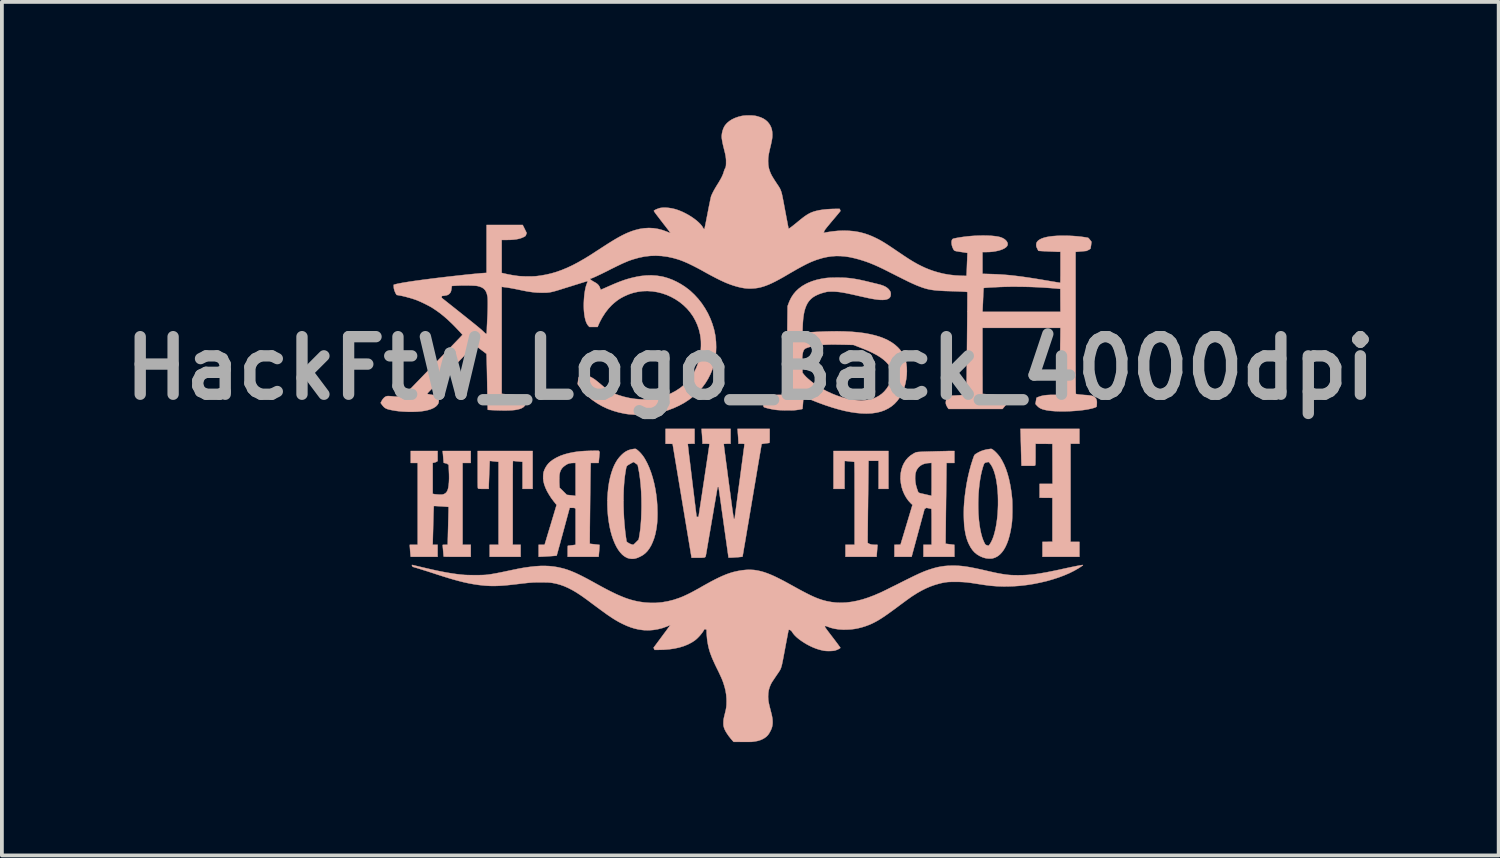
<source format=kicad_pcb>
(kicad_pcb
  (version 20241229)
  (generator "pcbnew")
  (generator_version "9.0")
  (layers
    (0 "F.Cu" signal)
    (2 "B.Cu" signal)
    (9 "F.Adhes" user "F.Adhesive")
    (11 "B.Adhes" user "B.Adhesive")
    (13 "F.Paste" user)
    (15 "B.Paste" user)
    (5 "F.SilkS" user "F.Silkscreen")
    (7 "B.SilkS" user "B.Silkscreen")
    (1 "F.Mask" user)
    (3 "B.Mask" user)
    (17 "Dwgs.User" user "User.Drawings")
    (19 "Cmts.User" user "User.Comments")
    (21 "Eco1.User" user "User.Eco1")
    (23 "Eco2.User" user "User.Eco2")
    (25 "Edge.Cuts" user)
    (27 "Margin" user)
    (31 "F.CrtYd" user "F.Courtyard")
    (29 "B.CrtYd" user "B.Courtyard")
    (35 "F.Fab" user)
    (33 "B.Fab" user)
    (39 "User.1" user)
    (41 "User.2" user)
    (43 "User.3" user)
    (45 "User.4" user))
  (footprint "HackFtW_Logo_Back_4000dpi"
    (layer "F.Cu")
    (at 16.708 8.395)
    (property "Reference" "HackFtW_Logo_Back_4000dpi" (at 0.1 -1.7 0) (layer "F.Fab") (effects (font (size 1.524 1.524) (thickness 0.3))))
    (attr through_hole)
    (fp_poly (pts (xy 7.252 -0.063) (xy 7.253 -0.052) (xy 7.253 -0.029) (xy 7.254 0.004) (xy 7.256 0.047) (xy 7.257 0.098) (xy 7.259 0.156) (xy 7.26 0.22) (xy 7.262 0.289) (xy 7.264 0.362) (xy 7.265 0.405) (xy 7.266 0.479) (xy 7.268 0.549) (xy 7.27 0.616) (xy 7.271 0.676) (xy 7.273 0.731) (xy 7.274 0.777) (xy 7.276 0.815) (xy 7.277 0.842) (xy 7.277 0.859) (xy 7.278 0.864) (xy 7.281 0.884) (xy 7.454 0.884) (xy 7.506 0.884) (xy 7.546 0.884) (xy 7.577 0.883) (xy 7.6 0.883) (xy 7.616 0.881) (xy 7.626 0.879) (xy 7.633 0.877) (xy 7.637 0.874) (xy 7.638 0.873) (xy 7.641 0.869) (xy 7.643 0.863) (xy 7.644 0.853) (xy 7.646 0.84) (xy 7.647 0.82) (xy 7.648 0.794) (xy 7.648 0.76) (xy 7.648 0.717) (xy 7.649 0.663) (xy 7.649 0.599) (xy 7.649 0.58) (xy 7.649 0.3) (xy 8.096 0.303) (xy 8.098 0.832) (xy 8.1 1.361) (xy 7.757 1.361) (xy 7.757 1.729) (xy 7.926 1.73) (xy 8.096 1.732) (xy 8.096 2.894) (xy 7.833 2.897) (xy 7.833 3.094) (xy 7.833 3.291) (xy 8.811 3.291) (xy 8.811 2.897) (xy 8.576 2.897) (xy 8.576 0.3) (xy 8.811 0.3) (xy 8.811 -0.094) (xy 7.249 -0.094) (xy 7.252 -0.063)) (stroke (width 0.01) (type solid)) (fill yes) (layer "B.SilkS"))
    (fp_poly (pts (xy -7.115 0.982) (xy -7.115 1.072) (xy -7.115 1.151) (xy -7.115 1.219) (xy -7.115 1.277) (xy -7.115 1.325) (xy -7.114 1.365) (xy -7.114 1.397) (xy -7.113 1.423) (xy -7.112 1.443) (xy -7.111 1.457) (xy -7.11 1.468) (xy -7.108 1.475) (xy -7.107 1.479) (xy -7.105 1.482) (xy -7.104 1.483) (xy -7.098 1.487) (xy -7.09 1.49) (xy -7.077 1.491) (xy -7.057 1.493) (xy -7.03 1.493) (xy -6.993 1.494) (xy -6.957 1.494) (xy -6.823 1.494) (xy -6.823 1.467) (xy -6.823 1.453) (xy -6.822 1.43) (xy -6.821 1.397) (xy -6.82 1.356) (xy -6.818 1.309) (xy -6.816 1.257) (xy -6.814 1.202) (xy -6.812 1.144) (xy -6.81 1.086) (xy -6.808 1.028) (xy -6.805 0.972) (xy -6.803 0.92) (xy -6.801 0.873) (xy -6.8 0.831) (xy -6.798 0.797) (xy -6.797 0.772) (xy -6.796 0.757) (xy -6.796 0.754) (xy -6.79 0.754) (xy -6.772 0.756) (xy -6.747 0.758) (xy -6.714 0.762) (xy -6.679 0.766) (xy -6.563 0.778) (xy -6.563 2.973) (xy -6.798 2.973) (xy -6.798 3.291) (xy -5.979 3.291) (xy -5.979 2.973) (xy -6.188 2.973) (xy -6.188 1.862) (xy -6.188 1.722) (xy -6.188 1.595) (xy -6.188 1.479) (xy -6.188 1.375) (xy -6.188 1.28) (xy -6.188 1.196) (xy -6.188 1.121) (xy -6.187 1.055) (xy -6.187 0.998) (xy -6.187 0.948) (xy -6.186 0.905) (xy -6.186 0.869) (xy -6.185 0.839) (xy -6.185 0.815) (xy -6.184 0.795) (xy -6.183 0.78) (xy -6.183 0.769) (xy -6.182 0.762) (xy -6.18 0.757) (xy -6.179 0.754) (xy -6.178 0.753) (xy -6.177 0.753) (xy -6.167 0.755) (xy -6.147 0.757) (xy -6.119 0.76) (xy -6.085 0.764) (xy -6.047 0.767) (xy -5.928 0.778) (xy -5.928 1.494) (xy -5.661 1.494) (xy -5.661 0.491) (xy -7.115 0.491) (xy -7.115 0.982)) (stroke (width 0.01) (type solid)) (fill yes) (layer "B.SilkS"))
    (fp_poly (pts (xy 2.302 1.494) (xy 2.594 1.494) (xy 2.594 1.126) (xy 2.594 1.059) (xy 2.594 0.996) (xy 2.595 0.937) (xy 2.595 0.885) (xy 2.596 0.84) (xy 2.596 0.804) (xy 2.597 0.777) (xy 2.598 0.76) (xy 2.599 0.755) (xy 2.606 0.755) (xy 2.624 0.756) (xy 2.649 0.758) (xy 2.68 0.761) (xy 2.714 0.764) (xy 2.749 0.767) (xy 2.783 0.771) (xy 2.812 0.774) (xy 2.835 0.777) (xy 2.85 0.779) (xy 2.853 0.78) (xy 2.854 0.782) (xy 2.855 0.79) (xy 2.856 0.803) (xy 2.856 0.821) (xy 2.857 0.846) (xy 2.858 0.878) (xy 2.858 0.917) (xy 2.859 0.964) (xy 2.859 1.019) (xy 2.86 1.082) (xy 2.86 1.155) (xy 2.86 1.237) (xy 2.86 1.33) (xy 2.86 1.433) (xy 2.861 1.547) (xy 2.861 1.672) (xy 2.861 1.81) (xy 2.861 1.878) (xy 2.861 2.973) (xy 2.619 2.973) (xy 2.619 3.291) (xy 3.442 3.291) (xy 3.454 3.143) (xy 3.457 3.101) (xy 3.46 3.062) (xy 3.463 3.029) (xy 3.466 3.004) (xy 3.467 2.988) (xy 3.468 2.985) (xy 3.468 2.98) (xy 3.465 2.976) (xy 3.454 2.974) (xy 3.436 2.974) (xy 3.407 2.973) (xy 3.404 2.973) (xy 3.372 2.973) (xy 3.341 2.971) (xy 3.314 2.968) (xy 3.304 2.966) (xy 3.279 2.959) (xy 3.253 2.95) (xy 3.231 2.939) (xy 3.214 2.928) (xy 3.206 2.92) (xy 3.206 2.913) (xy 3.206 2.894) (xy 3.206 2.863) (xy 3.206 2.822) (xy 3.206 2.771) (xy 3.207 2.71) (xy 3.207 2.641) (xy 3.208 2.563) (xy 3.209 2.479) (xy 3.21 2.387) (xy 3.211 2.29) (xy 3.212 2.187) (xy 3.213 2.08) (xy 3.215 1.969) (xy 3.216 1.868) (xy 3.217 1.753) (xy 3.219 1.641) (xy 3.22 1.533) (xy 3.221 1.43) (xy 3.223 1.332) (xy 3.224 1.24) (xy 3.225 1.154) (xy 3.226 1.075) (xy 3.227 1.005) (xy 3.227 0.943) (xy 3.228 0.89) (xy 3.228 0.847) (xy 3.229 0.816) (xy 3.229 0.795) (xy 3.229 0.787) (xy 3.229 0.751) (xy 3.496 0.751) (xy 3.496 1.494) (xy 3.756 1.494) (xy 3.756 0.491) (xy 2.302 0.491) (xy 2.302 1.494)) (stroke (width 0.01) (type solid)) (fill yes) (layer "B.SilkS"))
    (fp_poly (pts (xy -2.963 0.435) (xy -2.988 0.438) (xy -2.993 0.438) (xy -3.066 0.452) (xy -3.133 0.473) (xy -3.195 0.505) (xy -3.254 0.546) (xy -3.312 0.599) (xy -3.367 0.658) (xy -3.416 0.721) (xy -3.459 0.791) (xy -3.5 0.869) (xy -3.536 0.954) (xy -3.576 1.069) (xy -3.61 1.193) (xy -3.638 1.326) (xy -3.659 1.465) (xy -3.673 1.609) (xy -3.682 1.757) (xy -3.683 1.907) (xy -3.678 2.058) (xy -3.666 2.208) (xy -3.647 2.356) (xy -3.622 2.5) (xy -3.597 2.613) (xy -3.564 2.731) (xy -3.527 2.839) (xy -3.486 2.938) (xy -3.442 3.028) (xy -3.394 3.107) (xy -3.343 3.175) (xy -3.29 3.233) (xy -3.234 3.278) (xy -3.176 3.312) (xy -3.143 3.326) (xy -3.1 3.337) (xy -3.052 3.344) (xy -3.004 3.345) (xy -2.964 3.341) (xy -2.92 3.33) (xy -2.87 3.312) (xy -2.818 3.288) (xy -2.767 3.261) (xy -2.73 3.238) (xy -2.672 3.191) (xy -2.617 3.133) (xy -2.567 3.064) (xy -2.521 2.985) (xy -2.481 2.896) (xy -2.445 2.8) (xy -2.415 2.695) (xy -2.392 2.584) (xy -2.382 2.523) (xy -2.374 2.463) (xy -2.367 2.407) (xy -2.363 2.352) (xy -2.36 2.294) (xy -2.358 2.231) (xy -2.357 2.16) (xy -2.357 2.123) (xy -2.361 1.963) (xy -2.362 1.941) (xy -2.779 1.941) (xy -2.78 2.027) (xy -2.784 2.171) (xy -2.789 2.304) (xy -2.798 2.426) (xy -2.808 2.54) (xy -2.822 2.645) (xy -2.838 2.744) (xy -2.839 2.751) (xy -2.855 2.837) (xy -2.923 2.905) (xy -2.947 2.929) (xy -2.968 2.949) (xy -2.985 2.964) (xy -2.995 2.972) (xy -2.997 2.973) (xy -3.006 2.972) (xy -3.024 2.968) (xy -3.046 2.962) (xy -3.046 2.962) (xy -3.073 2.952) (xy -3.101 2.939) (xy -3.128 2.924) (xy -3.151 2.908) (xy -3.168 2.893) (xy -3.175 2.882) (xy -3.178 2.868) (xy -3.181 2.843) (xy -3.186 2.81) (xy -3.192 2.772) (xy -3.197 2.731) (xy -3.203 2.689) (xy -3.208 2.648) (xy -3.212 2.611) (xy -3.213 2.605) (xy -3.229 2.44) (xy -3.242 2.279) (xy -3.25 2.116) (xy -3.255 1.948) (xy -3.256 1.808) (xy -3.255 1.664) (xy -3.251 1.53) (xy -3.244 1.406) (xy -3.235 1.288) (xy -3.223 1.175) (xy -3.207 1.066) (xy -3.199 1.021) (xy -3.192 0.977) (xy -3.186 0.944) (xy -3.18 0.919) (xy -3.172 0.9) (xy -3.162 0.885) (xy -3.148 0.873) (xy -3.129 0.86) (xy -3.104 0.845) (xy -3.083 0.833) (xy -3.053 0.816) (xy -3.027 0.801) (xy -3.006 0.79) (xy -2.993 0.784) (xy -2.99 0.783) (xy -2.983 0.786) (xy -2.967 0.796) (xy -2.947 0.81) (xy -2.933 0.821) (xy -2.881 0.859) (xy -2.868 0.924) (xy -2.84 1.069) (xy -2.818 1.226) (xy -2.8 1.392) (xy -2.788 1.567) (xy -2.781 1.751) (xy -2.779 1.941) (xy -2.362 1.941) (xy -2.372 1.804) (xy -2.39 1.647) (xy -2.414 1.494) (xy -2.445 1.345) (xy -2.482 1.202) (xy -2.525 1.065) (xy -2.573 0.937) (xy -2.626 0.818) (xy -2.685 0.709) (xy -2.701 0.681) (xy -2.738 0.626) (xy -2.779 0.574) (xy -2.822 0.526) (xy -2.865 0.485) (xy -2.905 0.453) (xy -2.91 0.449) (xy -2.923 0.441) (xy -2.934 0.436) (xy -2.946 0.434) (xy -2.963 0.435)) (stroke (width 0.01) (type solid)) (fill yes) (layer "B.SilkS"))
    (fp_poly (pts (xy 6.457 0.436) (xy 6.449 0.437) (xy 6.359 0.45) (xy 6.278 0.47) (xy 6.203 0.496) (xy 6.131 0.531) (xy 6.071 0.567) (xy 6.058 0.576) (xy 6.047 0.584) (xy 6.038 0.593) (xy 6.031 0.603) (xy 6.023 0.618) (xy 6.015 0.639) (xy 6.005 0.667) (xy 5.991 0.705) (xy 5.985 0.724) (xy 5.941 0.863) (xy 5.9 1.013) (xy 5.863 1.17) (xy 5.83 1.334) (xy 5.803 1.501) (xy 5.78 1.671) (xy 5.763 1.839) (xy 5.756 1.938) (xy 5.753 1.989) (xy 5.752 2.048) (xy 5.751 2.112) (xy 5.751 2.179) (xy 5.752 2.247) (xy 5.754 2.313) (xy 5.757 2.375) (xy 5.76 2.431) (xy 5.763 2.477) (xy 5.766 2.497) (xy 5.78 2.596) (xy 5.796 2.685) (xy 5.815 2.765) (xy 5.838 2.84) (xy 5.865 2.911) (xy 5.887 2.959) (xy 5.931 3.042) (xy 5.981 3.115) (xy 6.037 3.177) (xy 6.101 3.229) (xy 6.171 3.271) (xy 6.25 3.306) (xy 6.305 3.323) (xy 6.346 3.332) (xy 6.392 3.337) (xy 6.439 3.339) (xy 6.483 3.338) (xy 6.516 3.333) (xy 6.583 3.311) (xy 6.646 3.277) (xy 6.704 3.232) (xy 6.758 3.175) (xy 6.808 3.107) (xy 6.854 3.027) (xy 6.895 2.936) (xy 6.932 2.835) (xy 6.963 2.722) (xy 6.991 2.599) (xy 7.013 2.465) (xy 7.024 2.38) (xy 7.028 2.342) (xy 7.03 2.294) (xy 7.033 2.238) (xy 7.034 2.176) (xy 7.036 2.109) (xy 7.036 2.041) (xy 7.036 1.973) (xy 7.035 1.907) (xy 7.034 1.846) (xy 7.032 1.792) (xy 7.032 1.79) (xy 6.657 1.79) (xy 6.657 1.921) (xy 6.652 2.051) (xy 6.644 2.179) (xy 6.631 2.303) (xy 6.614 2.422) (xy 6.594 2.534) (xy 6.569 2.64) (xy 6.542 2.736) (xy 6.511 2.822) (xy 6.492 2.864) (xy 6.48 2.889) (xy 6.465 2.916) (xy 6.449 2.943) (xy 6.433 2.967) (xy 6.419 2.985) (xy 6.409 2.996) (xy 6.405 2.999) (xy 6.397 2.997) (xy 6.38 2.992) (xy 6.361 2.986) (xy 6.342 2.979) (xy 6.329 2.972) (xy 6.32 2.963) (xy 6.31 2.948) (xy 6.298 2.925) (xy 6.297 2.924) (xy 6.264 2.851) (xy 6.234 2.766) (xy 6.208 2.67) (xy 6.185 2.563) (xy 6.166 2.447) (xy 6.151 2.321) (xy 6.14 2.186) (xy 6.137 2.138) (xy 6.133 2.01) (xy 6.132 1.879) (xy 6.135 1.748) (xy 6.141 1.617) (xy 6.152 1.488) (xy 6.165 1.363) (xy 6.182 1.245) (xy 6.202 1.133) (xy 6.225 1.031) (xy 6.25 0.939) (xy 6.253 0.929) (xy 6.266 0.887) (xy 6.277 0.856) (xy 6.286 0.834) (xy 6.296 0.819) (xy 6.306 0.808) (xy 6.319 0.801) (xy 6.335 0.796) (xy 6.354 0.792) (xy 6.406 0.78) (xy 6.437 0.813) (xy 6.473 0.861) (xy 6.507 0.921) (xy 6.538 0.992) (xy 6.566 1.074) (xy 6.591 1.167) (xy 6.612 1.27) (xy 6.629 1.382) (xy 6.632 1.405) (xy 6.645 1.531) (xy 6.654 1.66) (xy 6.657 1.79) (xy 7.032 1.79) (xy 7.029 1.747) (xy 7.027 1.726) (xy 7.006 1.551) (xy 6.979 1.388) (xy 6.947 1.236) (xy 6.909 1.095) (xy 6.865 0.964) (xy 6.815 0.845) (xy 6.759 0.736) (xy 6.711 0.657) (xy 6.685 0.622) (xy 6.654 0.584) (xy 6.62 0.546) (xy 6.585 0.511) (xy 6.552 0.481) (xy 6.523 0.459) (xy 6.523 0.459) (xy 6.502 0.445) (xy 6.487 0.438) (xy 6.474 0.435) (xy 6.457 0.436)) (stroke (width 0.01) (type solid)) (fill yes) (layer "B.SilkS"))
    (fp_poly (pts (xy -8.039 0.524) (xy -8.038 0.542) (xy -8.035 0.569) (xy -8.032 0.602) (xy -8.029 0.639) (xy -8.026 0.676) (xy -8.023 0.712) (xy -8.02 0.745) (xy -8.018 0.771) (xy -8.017 0.789) (xy -8.017 0.795) (xy -8.014 0.801) (xy -8.005 0.806) (xy -7.987 0.811) (xy -7.973 0.814) (xy -7.943 0.821) (xy -7.922 0.83) (xy -7.906 0.842) (xy -7.883 0.862) (xy -7.876 1.04) (xy -7.873 1.112) (xy -7.872 1.174) (xy -7.872 1.228) (xy -7.874 1.277) (xy -7.876 1.323) (xy -7.883 1.395) (xy -7.892 1.456) (xy -7.904 1.506) (xy -7.92 1.547) (xy -7.94 1.58) (xy -7.965 1.606) (xy -7.995 1.625) (xy -8.015 1.634) (xy -8.031 1.639) (xy -8.046 1.643) (xy -8.062 1.645) (xy -8.083 1.646) (xy -8.112 1.645) (xy -8.141 1.644) (xy -8.177 1.642) (xy -8.212 1.639) (xy -8.243 1.636) (xy -8.265 1.633) (xy -8.268 1.632) (xy -8.306 1.624) (xy -8.306 0.806) (xy -8.267 0.798) (xy -8.239 0.791) (xy -8.214 0.781) (xy -8.201 0.774) (xy -8.176 0.757) (xy -8.176 0.491) (xy -8.887 0.491) (xy -8.887 0.808) (xy -8.703 0.808) (xy -8.703 2.973) (xy -8.912 2.973) (xy -8.912 2.994) (xy -8.912 3.008) (xy -8.91 3.031) (xy -8.908 3.062) (xy -8.905 3.098) (xy -8.903 3.135) (xy -8.899 3.173) (xy -8.896 3.209) (xy -8.894 3.239) (xy -8.891 3.262) (xy -8.89 3.275) (xy -8.889 3.277) (xy -8.887 3.291) (xy -8.176 3.291) (xy -8.176 2.973) (xy -8.241 2.973) (xy -8.306 2.973) (xy -8.304 2.886) (xy -8.301 2.767) (xy -8.298 2.654) (xy -8.295 2.547) (xy -8.293 2.447) (xy -8.29 2.355) (xy -8.288 2.27) (xy -8.286 2.194) (xy -8.284 2.127) (xy -8.282 2.07) (xy -8.28 2.023) (xy -8.279 1.987) (xy -8.277 1.962) (xy -8.276 1.949) (xy -8.276 1.948) (xy -8.269 1.947) (xy -8.251 1.947) (xy -8.224 1.948) (xy -8.191 1.95) (xy -8.152 1.952) (xy -8.11 1.955) (xy -8.067 1.957) (xy -8.024 1.96) (xy -7.984 1.963) (xy -7.949 1.966) (xy -7.919 1.968) (xy -7.898 1.97) (xy -7.887 1.972) (xy -7.886 1.972) (xy -7.885 1.979) (xy -7.885 1.997) (xy -7.886 2.026) (xy -7.886 2.065) (xy -7.887 2.113) (xy -7.889 2.168) (xy -7.89 2.23) (xy -7.892 2.299) (xy -7.894 2.371) (xy -7.896 2.448) (xy -7.896 2.46) (xy -7.898 2.538) (xy -7.9 2.612) (xy -7.902 2.681) (xy -7.903 2.746) (xy -7.905 2.803) (xy -7.906 2.853) (xy -7.907 2.895) (xy -7.908 2.927) (xy -7.909 2.949) (xy -7.909 2.959) (xy -7.909 2.959) (xy -7.909 2.965) (xy -7.913 2.97) (xy -7.921 2.972) (xy -7.936 2.973) (xy -7.96 2.973) (xy -7.976 2.973) (xy -8.003 2.974) (xy -8.025 2.975) (xy -8.039 2.977) (xy -8.042 2.978) (xy -8.042 2.986) (xy -8.04 3.004) (xy -8.038 3.031) (xy -8.035 3.065) (xy -8.031 3.105) (xy -8.03 3.126) (xy -8.026 3.168) (xy -8.023 3.206) (xy -8.02 3.238) (xy -8.018 3.262) (xy -8.017 3.277) (xy -8.017 3.28) (xy -8.016 3.282) (xy -8.014 3.284) (xy -8.009 3.286) (xy -8 3.287) (xy -7.986 3.288) (xy -7.967 3.289) (xy -7.94 3.29) (xy -7.907 3.29) (xy -7.864 3.291) (xy -7.812 3.291) (xy -7.75 3.291) (xy -7.676 3.291) (xy -7.658 3.291) (xy -7.299 3.291) (xy -7.299 2.973) (xy -7.515 2.973) (xy -7.515 0.808) (xy -7.299 0.808) (xy -7.299 0.491) (xy -8.043 0.491) (xy -8.039 0.524)) (stroke (width 0.01) (type solid)) (fill yes) (layer "B.SilkS"))
    (fp_poly (pts (xy 5.425 0.491) (xy 5.404 0.491) (xy 5.373 0.492) (xy 5.331 0.492) (xy 5.281 0.494) (xy 5.224 0.495) (xy 5.16 0.497) (xy 5.092 0.498) (xy 5.02 0.5) (xy 4.947 0.502) (xy 4.934 0.503) (xy 4.85 0.505) (xy 4.777 0.507) (xy 4.715 0.509) (xy 4.662 0.511) (xy 4.618 0.513) (xy 4.582 0.515) (xy 4.552 0.517) (xy 4.527 0.52) (xy 4.506 0.523) (xy 4.489 0.527) (xy 4.474 0.532) (xy 4.461 0.538) (xy 4.447 0.545) (xy 4.432 0.553) (xy 4.416 0.562) (xy 4.411 0.565) (xy 4.338 0.613) (xy 4.273 0.67) (xy 4.216 0.736) (xy 4.169 0.81) (xy 4.13 0.891) (xy 4.102 0.978) (xy 4.083 1.071) (xy 4.075 1.168) (xy 4.075 1.24) (xy 4.086 1.344) (xy 4.106 1.446) (xy 4.137 1.544) (xy 4.177 1.637) (xy 4.226 1.724) (xy 4.282 1.804) (xy 4.346 1.874) (xy 4.358 1.885) (xy 4.392 1.917) (xy 4.234 2.444) (xy 4.076 2.97) (xy 3.996 2.972) (xy 3.915 2.974) (xy 3.915 3.291) (xy 4.142 3.291) (xy 4.369 3.291) (xy 4.712 2.024) (xy 4.738 2.01) (xy 4.764 1.995) (xy 4.826 2.008) (xy 4.853 2.014) (xy 4.875 2.019) (xy 4.889 2.023) (xy 4.893 2.024) (xy 4.894 2.031) (xy 4.895 2.05) (xy 4.896 2.08) (xy 4.897 2.12) (xy 4.898 2.17) (xy 4.898 2.229) (xy 4.899 2.296) (xy 4.899 2.37) (xy 4.899 2.451) (xy 4.899 2.501) (xy 4.899 2.973) (xy 4.683 2.973) (xy 4.683 3.291) (xy 5.502 3.291) (xy 5.502 3.132) (xy 5.502 3.089) (xy 5.502 3.05) (xy 5.501 3.017) (xy 5.501 2.993) (xy 5.5 2.977) (xy 5.499 2.973) (xy 5.49 2.973) (xy 5.471 2.971) (xy 5.444 2.968) (xy 5.414 2.964) (xy 5.381 2.96) (xy 5.348 2.956) (xy 5.318 2.952) (xy 5.294 2.949) (xy 5.276 2.947) (xy 5.269 2.945) (xy 5.269 2.945) (xy 5.269 2.939) (xy 5.269 2.92) (xy 5.269 2.89) (xy 5.269 2.85) (xy 5.27 2.799) (xy 5.27 2.739) (xy 5.271 2.671) (xy 5.272 2.594) (xy 5.273 2.51) (xy 5.274 2.419) (xy 5.275 2.322) (xy 5.276 2.22) (xy 5.277 2.114) (xy 5.279 2.003) (xy 5.28 1.909) (xy 5.281 1.795) (xy 5.283 1.684) (xy 5.284 1.576) (xy 5.285 1.474) (xy 5.286 1.376) (xy 5.288 1.285) (xy 5.288 1.238) (xy 4.899 1.238) (xy 4.899 1.311) (xy 4.899 1.38) (xy 4.899 1.444) (xy 4.898 1.503) (xy 4.898 1.554) (xy 4.897 1.598) (xy 4.897 1.633) (xy 4.896 1.657) (xy 4.896 1.671) (xy 4.895 1.673) (xy 4.888 1.674) (xy 4.872 1.672) (xy 4.856 1.668) (xy 4.839 1.664) (xy 4.811 1.658) (xy 4.777 1.65) (xy 4.738 1.641) (xy 4.696 1.631) (xy 4.687 1.629) (xy 4.643 1.62) (xy 4.609 1.612) (xy 4.584 1.605) (xy 4.566 1.597) (xy 4.553 1.587) (xy 4.543 1.575) (xy 4.535 1.557) (xy 4.527 1.534) (xy 4.517 1.503) (xy 4.515 1.499) (xy 4.495 1.436) (xy 4.481 1.379) (xy 4.471 1.324) (xy 4.465 1.266) (xy 4.463 1.23) (xy 4.464 1.156) (xy 4.471 1.09) (xy 4.487 1.033) (xy 4.51 0.982) (xy 4.543 0.936) (xy 4.564 0.913) (xy 4.61 0.875) (xy 4.661 0.846) (xy 4.72 0.826) (xy 4.787 0.813) (xy 4.831 0.81) (xy 4.899 0.806) (xy 4.899 1.238) (xy 5.288 1.238) (xy 5.289 1.2) (xy 5.29 1.122) (xy 5.29 1.052) (xy 5.291 0.991) (xy 5.292 0.94) (xy 5.292 0.898) (xy 5.293 0.867) (xy 5.293 0.848) (xy 5.293 0.841) (xy 5.293 0.808) (xy 5.502 0.808) (xy 5.502 0.491) (xy 5.425 0.491)) (stroke (width 0.01) (type solid)) (fill yes) (layer "B.SilkS"))
    (fp_poly (pts (xy -4.115 0.486) (xy -4.206 0.489) (xy -4.286 0.492) (xy -4.36 0.497) (xy -4.428 0.503) (xy -4.493 0.511) (xy -4.559 0.521) (xy -4.571 0.523) (xy -4.702 0.549) (xy -4.821 0.581) (xy -4.93 0.62) (xy -5.029 0.666) (xy -5.118 0.718) (xy -5.197 0.777) (xy -5.199 0.779) (xy -5.243 0.821) (xy -5.283 0.872) (xy -5.319 0.928) (xy -5.347 0.985) (xy -5.368 1.042) (xy -5.373 1.062) (xy -5.379 1.105) (xy -5.382 1.155) (xy -5.382 1.208) (xy -5.378 1.26) (xy -5.372 1.302) (xy -5.352 1.381) (xy -5.321 1.465) (xy -5.28 1.553) (xy -5.229 1.642) (xy -5.17 1.734) (xy -5.102 1.825) (xy -5.084 1.847) (xy -5.027 1.918) (xy -5.169 2.393) (xy -5.192 2.47) (xy -5.215 2.544) (xy -5.236 2.614) (xy -5.256 2.68) (xy -5.274 2.74) (xy -5.29 2.794) (xy -5.303 2.84) (xy -5.315 2.877) (xy -5.323 2.904) (xy -5.328 2.92) (xy -5.328 2.921) (xy -5.344 2.973) (xy -5.502 2.973) (xy -5.502 3.291) (xy -5.485 3.291) (xy -5.467 3.29) (xy -5.439 3.289) (xy -5.404 3.288) (xy -5.364 3.285) (xy -5.319 3.283) (xy -5.273 3.28) (xy -5.226 3.277) (xy -5.18 3.274) (xy -5.137 3.271) (xy -5.098 3.268) (xy -5.066 3.265) (xy -5.043 3.263) (xy -5.029 3.262) (xy -5.026 3.261) (xy -5.023 3.254) (xy -5.018 3.236) (xy -5.01 3.207) (xy -4.999 3.169) (xy -4.986 3.121) (xy -4.971 3.065) (xy -4.953 3.002) (xy -4.934 2.933) (xy -4.914 2.857) (xy -4.892 2.777) (xy -4.869 2.693) (xy -4.851 2.626) (xy -4.681 1.996) (xy -4.616 1.996) (xy -4.587 1.996) (xy -4.567 1.997) (xy -4.554 1.999) (xy -4.545 2.004) (xy -4.538 2.01) (xy -4.524 2.025) (xy -4.524 2.973) (xy -4.545 2.976) (xy -4.561 2.979) (xy -4.585 2.982) (xy -4.613 2.986) (xy -4.644 2.989) (xy -4.673 2.993) (xy -4.699 2.996) (xy -4.717 2.998) (xy -4.726 2.999) (xy -4.728 3.001) (xy -4.731 3.01) (xy -4.732 3.026) (xy -4.733 3.05) (xy -4.734 3.084) (xy -4.734 3.129) (xy -4.734 3.145) (xy -4.734 3.291) (xy -3.916 3.291) (xy -3.912 3.267) (xy -3.91 3.251) (xy -3.908 3.226) (xy -3.905 3.194) (xy -3.902 3.159) (xy -3.899 3.122) (xy -3.896 3.084) (xy -3.894 3.05) (xy -3.892 3.019) (xy -3.891 2.995) (xy -3.89 2.981) (xy -3.89 2.977) (xy -3.897 2.975) (xy -3.915 2.973) (xy -3.941 2.97) (xy -3.974 2.966) (xy -4.012 2.962) (xy -4.019 2.961) (xy -4.058 2.957) (xy -4.092 2.953) (xy -4.12 2.95) (xy -4.139 2.947) (xy -4.148 2.945) (xy -4.149 2.945) (xy -4.149 2.938) (xy -4.149 2.92) (xy -4.149 2.89) (xy -4.149 2.85) (xy -4.149 2.801) (xy -4.148 2.743) (xy -4.148 2.678) (xy -4.147 2.606) (xy -4.147 2.527) (xy -4.146 2.443) (xy -4.145 2.355) (xy -4.144 2.263) (xy -4.143 2.168) (xy -4.142 2.071) (xy -4.141 1.973) (xy -4.14 1.875) (xy -4.139 1.777) (xy -4.138 1.681) (xy -4.136 1.586) (xy -4.135 1.495) (xy -4.134 1.407) (xy -4.133 1.324) (xy -4.132 1.247) (xy -4.131 1.175) (xy -4.13 1.111) (xy -4.129 1.054) (xy -4.128 1.007) (xy -4.127 0.968) (xy -4.127 0.941) (xy -4.127 0.937) (xy -4.123 0.808) (xy -4.524 0.808) (xy -4.524 1.679) (xy -4.548 1.676) (xy -4.563 1.674) (xy -4.588 1.671) (xy -4.619 1.667) (xy -4.653 1.663) (xy -4.664 1.662) (xy -4.756 1.652) (xy -4.851 1.557) (xy -4.947 1.462) (xy -4.951 1.403) (xy -4.953 1.361) (xy -4.955 1.315) (xy -4.955 1.267) (xy -4.955 1.221) (xy -4.954 1.178) (xy -4.952 1.142) (xy -4.95 1.116) (xy -4.949 1.113) (xy -4.936 1.052) (xy -4.916 1.001) (xy -4.889 0.956) (xy -4.854 0.917) (xy -4.821 0.89) (xy -4.775 0.857) (xy -4.733 0.834) (xy -4.69 0.819) (xy -4.643 0.811) (xy -4.589 0.808) (xy -4.581 0.808) (xy -4.524 0.808) (xy -4.123 0.808) (xy -3.916 0.808) (xy -3.912 0.784) (xy -3.911 0.77) (xy -3.908 0.746) (xy -3.905 0.715) (xy -3.902 0.678) (xy -3.898 0.638) (xy -3.887 0.516) (xy -3.903 0.499) (xy -3.918 0.483) (xy -4.115 0.486)) (stroke (width 0.01) (type solid)) (fill yes) (layer "B.SilkS"))
    (fp_poly (pts (xy -0.235 -0.06) (xy -0.233 -0.042) (xy -0.231 -0.014) (xy -0.229 0.021) (xy -0.226 0.061) (xy -0.223 0.103) (xy -0.22 0.145) (xy -0.218 0.185) (xy -0.216 0.221) (xy -0.214 0.251) (xy -0.213 0.271) (xy -0.213 0.279) (xy -0.213 0.3) (xy -0.133 0.3) (xy -0.1 0.3) (xy -0.077 0.301) (xy -0.063 0.303) (xy -0.056 0.305) (xy -0.054 0.309) (xy -0.054 0.31) (xy -0.055 0.317) (xy -0.057 0.336) (xy -0.061 0.367) (xy -0.066 0.408) (xy -0.073 0.458) (xy -0.081 0.518) (xy -0.09 0.587) (xy -0.1 0.663) (xy -0.111 0.746) (xy -0.123 0.836) (xy -0.136 0.931) (xy -0.149 1.032) (xy -0.163 1.137) (xy -0.177 1.245) (xy -0.184 1.295) (xy -0.199 1.405) (xy -0.213 1.512) (xy -0.227 1.614) (xy -0.24 1.712) (xy -0.252 1.805) (xy -0.263 1.891) (xy -0.274 1.97) (xy -0.283 2.042) (xy -0.292 2.106) (xy -0.299 2.161) (xy -0.305 2.206) (xy -0.309 2.241) (xy -0.313 2.266) (xy -0.314 2.278) (xy -0.314 2.28) (xy -0.32 2.286) (xy -0.328 2.286) (xy -0.33 2.286) (xy -0.332 2.285) (xy -0.334 2.282) (xy -0.336 2.277) (xy -0.338 2.27) (xy -0.34 2.259) (xy -0.343 2.245) (xy -0.347 2.227) (xy -0.35 2.203) (xy -0.355 2.174) (xy -0.36 2.139) (xy -0.366 2.098) (xy -0.373 2.049) (xy -0.381 1.992) (xy -0.39 1.927) (xy -0.4 1.853) (xy -0.411 1.77) (xy -0.423 1.676) (xy -0.437 1.572) (xy -0.453 1.456) (xy -0.47 1.329) (xy -0.474 1.297) (xy -0.489 1.187) (xy -0.503 1.08) (xy -0.516 0.977) (xy -0.529 0.878) (xy -0.542 0.786) (xy -0.553 0.699) (xy -0.563 0.619) (xy -0.573 0.547) (xy -0.581 0.482) (xy -0.588 0.427) (xy -0.594 0.381) (xy -0.598 0.345) (xy -0.601 0.321) (xy -0.602 0.307) (xy -0.602 0.305) (xy -0.595 0.303) (xy -0.578 0.302) (xy -0.552 0.301) (xy -0.522 0.3) (xy -0.511 0.3) (xy -0.422 0.3) (xy -0.422 -0.094) (xy -1.191 -0.094) (xy -1.187 -0.06) (xy -1.186 -0.042) (xy -1.184 -0.014) (xy -1.181 0.021) (xy -1.178 0.061) (xy -1.175 0.103) (xy -1.173 0.145) (xy -1.17 0.185) (xy -1.168 0.221) (xy -1.166 0.251) (xy -1.165 0.271) (xy -1.165 0.279) (xy -1.165 0.3) (xy -1.073 0.3) (xy -1.037 0.3) (xy -1.012 0.301) (xy -0.996 0.302) (xy -0.986 0.304) (xy -0.982 0.307) (xy -0.981 0.311) (xy -0.981 0.312) (xy -0.982 0.32) (xy -0.985 0.339) (xy -0.989 0.37) (xy -0.995 0.41) (xy -1.002 0.459) (xy -1.011 0.517) (xy -1.02 0.582) (xy -1.031 0.654) (xy -1.043 0.732) (xy -1.055 0.815) (xy -1.068 0.902) (xy -1.082 0.992) (xy -1.096 1.085) (xy -1.11 1.179) (xy -1.124 1.274) (xy -1.139 1.37) (xy -1.153 1.464) (xy -1.167 1.556) (xy -1.18 1.646) (xy -1.194 1.733) (xy -1.206 1.815) (xy -1.218 1.893) (xy -1.229 1.964) (xy -1.239 2.029) (xy -1.247 2.086) (xy -1.255 2.135) (xy -1.261 2.175) (xy -1.266 2.204) (xy -1.269 2.223) (xy -1.27 2.229) (xy -1.279 2.235) (xy -1.297 2.236) (xy -1.314 2.232) (xy -1.321 2.225) (xy -1.322 2.221) (xy -1.326 2.194) (xy -1.331 2.156) (xy -1.337 2.109) (xy -1.344 2.054) (xy -1.352 1.99) (xy -1.36 1.92) (xy -1.37 1.844) (xy -1.38 1.762) (xy -1.39 1.676) (xy -1.401 1.586) (xy -1.413 1.494) (xy -1.424 1.399) (xy -1.436 1.304) (xy -1.447 1.208) (xy -1.459 1.113) (xy -1.47 1.019) (xy -1.481 0.928) (xy -1.492 0.839) (xy -1.502 0.755) (xy -1.512 0.675) (xy -1.521 0.601) (xy -1.529 0.533) (xy -1.536 0.472) (xy -1.542 0.42) (xy -1.547 0.376) (xy -1.551 0.342) (xy -1.554 0.319) (xy -1.555 0.307) (xy -1.555 0.305) (xy -1.548 0.303) (xy -1.53 0.302) (xy -1.505 0.301) (xy -1.474 0.3) (xy -1.463 0.3) (xy -1.375 0.3) (xy -1.375 -0.094) (xy -2.143 -0.094) (xy -2.143 0.3) (xy -2.05 0.301) (xy -1.956 0.303) (xy -1.705 1.81) (xy -1.454 3.316) (xy -1.291 3.316) (xy -1.235 3.316) (xy -1.19 3.316) (xy -1.155 3.315) (xy -1.129 3.312) (xy -1.11 3.308) (xy -1.097 3.301) (xy -1.088 3.292) (xy -1.082 3.279) (xy -1.078 3.262) (xy -1.074 3.242) (xy -1.074 3.241) (xy -1.072 3.228) (xy -1.067 3.203) (xy -1.061 3.168) (xy -1.053 3.122) (xy -1.044 3.067) (xy -1.033 3.003) (xy -1.021 2.932) (xy -1.007 2.853) (xy -0.993 2.769) (xy -0.977 2.679) (xy -0.961 2.584) (xy -0.944 2.485) (xy -0.927 2.384) (xy -0.921 2.348) (xy -0.903 2.246) (xy -0.886 2.147) (xy -0.87 2.052) (xy -0.855 1.961) (xy -0.84 1.876) (xy -0.826 1.797) (xy -0.814 1.725) (xy -0.803 1.66) (xy -0.793 1.604) (xy -0.785 1.557) (xy -0.779 1.52) (xy -0.774 1.494) (xy -0.771 1.479) (xy -0.771 1.476) (xy -0.766 1.456) (xy -0.76 1.446) (xy -0.752 1.443) (xy -0.752 1.443) (xy -0.742 1.444) (xy -0.739 1.445) (xy -0.739 1.451) (xy -0.736 1.469) (xy -0.732 1.499) (xy -0.726 1.539) (xy -0.719 1.588) (xy -0.711 1.647) (xy -0.701 1.714) (xy -0.691 1.789) (xy -0.679 1.871) (xy -0.667 1.96) (xy -0.654 2.054) (xy -0.64 2.153) (xy -0.625 2.256) (xy -0.61 2.363) (xy -0.608 2.38) (xy -0.476 3.313) (xy -0.438 3.314) (xy -0.42 3.314) (xy -0.393 3.313) (xy -0.357 3.311) (xy -0.316 3.308) (xy -0.273 3.305) (xy -0.255 3.304) (xy -0.214 3.301) (xy -0.177 3.297) (xy -0.145 3.294) (xy -0.122 3.291) (xy -0.109 3.289) (xy -0.107 3.289) (xy -0.105 3.282) (xy -0.102 3.263) (xy -0.096 3.233) (xy -0.089 3.193) (xy -0.08 3.141) (xy -0.07 3.08) (xy -0.058 3.01) (xy -0.044 2.931) (xy -0.029 2.844) (xy -0.013 2.749) (xy 0.004 2.648) (xy 0.022 2.539) (xy 0.042 2.425) (xy 0.062 2.306) (xy 0.083 2.181) (xy 0.105 2.052) (xy 0.127 1.92) (xy 0.147 1.8) (xy 0.17 1.665) (xy 0.192 1.532) (xy 0.214 1.404) (xy 0.235 1.28) (xy 0.255 1.161) (xy 0.274 1.047) (xy 0.292 0.939) (xy 0.309 0.838) (xy 0.325 0.744) (xy 0.34 0.658) (xy 0.353 0.58) (xy 0.365 0.511) (xy 0.375 0.451) (xy 0.384 0.4) (xy 0.39 0.361) (xy 0.395 0.332) (xy 0.398 0.314) (xy 0.399 0.309) (xy 0.406 0.306) (xy 0.424 0.302) (xy 0.449 0.298) (xy 0.48 0.293) (xy 0.496 0.291) (xy 0.53 0.287) (xy 0.56 0.283) (xy 0.584 0.28) (xy 0.599 0.278) (xy 0.602 0.277) (xy 0.605 0.275) (xy 0.607 0.271) (xy 0.609 0.263) (xy 0.611 0.251) (xy 0.612 0.231) (xy 0.612 0.204) (xy 0.613 0.168) (xy 0.613 0.121) (xy 0.613 0.09) (xy 0.613 -0.094) (xy -0.238 -0.094) (xy -0.235 -0.06)) (stroke (width 0.01) (type solid)) (fill yes) (layer "B.SilkS"))
    (fp_poly (pts (xy 2.338 -4.097) (xy 2.273 -4.096) (xy 2.212 -4.094) (xy 2.159 -4.091) (xy 2.115 -4.087) (xy 2.102 -4.086) (xy 1.97 -4.064) (xy 1.849 -4.037) (xy 1.737 -4.002) (xy 1.634 -3.961) (xy 1.566 -3.928) (xy 1.469 -3.871) (xy 1.383 -3.807) (xy 1.307 -3.736) (xy 1.241 -3.657) (xy 1.184 -3.57) (xy 1.137 -3.475) (xy 1.111 -3.408) (xy 1.087 -3.342) (xy 1.073 -2.17) (xy 1.072 -2.049) (xy 1.07 -1.932) (xy 1.069 -1.818) (xy 1.067 -1.709) (xy 1.066 -1.606) (xy 1.065 -1.508) (xy 1.064 -1.417) (xy 1.063 -1.333) (xy 1.062 -1.257) (xy 1.061 -1.19) (xy 1.06 -1.131) (xy 1.059 -1.083) (xy 1.059 -1.044) (xy 1.058 -1.017) (xy 1.058 -1.001) (xy 1.058 -0.997) (xy 1.052 -0.996) (xy 1.035 -0.996) (xy 1.009 -0.996) (xy 0.975 -0.995) (xy 0.937 -0.995) (xy 0.924 -0.995) (xy 0.849 -0.995) (xy 0.784 -0.992) (xy 0.727 -0.988) (xy 0.677 -0.982) (xy 0.63 -0.973) (xy 0.6 -0.966) (xy 0.571 -0.957) (xy 0.539 -0.946) (xy 0.506 -0.933) (xy 0.475 -0.919) (xy 0.45 -0.906) (xy 0.433 -0.895) (xy 0.429 -0.891) (xy 0.426 -0.883) (xy 0.426 -0.869) (xy 0.428 -0.845) (xy 0.432 -0.812) (xy 0.436 -0.782) (xy 0.441 -0.747) (xy 0.445 -0.717) (xy 0.45 -0.694) (xy 0.453 -0.679) (xy 0.454 -0.676) (xy 0.466 -0.668) (xy 0.489 -0.659) (xy 0.521 -0.649) (xy 0.561 -0.639) (xy 0.606 -0.628) (xy 0.654 -0.618) (xy 0.705 -0.608) (xy 0.757 -0.6) (xy 0.772 -0.598) (xy 0.809 -0.594) (xy 0.856 -0.591) (xy 0.911 -0.588) (xy 0.97 -0.586) (xy 1.033 -0.584) (xy 1.095 -0.584) (xy 1.154 -0.584) (xy 1.208 -0.585) (xy 1.254 -0.587) (xy 1.279 -0.589) (xy 1.312 -0.592) (xy 1.348 -0.597) (xy 1.383 -0.602) (xy 1.416 -0.608) (xy 1.445 -0.613) (xy 1.467 -0.618) (xy 1.479 -0.622) (xy 1.48 -0.623) (xy 1.482 -0.629) (xy 1.483 -0.647) (xy 1.486 -0.673) (xy 1.489 -0.705) (xy 1.492 -0.743) (xy 1.495 -0.783) (xy 1.498 -0.825) (xy 1.501 -0.865) (xy 1.504 -0.902) (xy 1.506 -0.933) (xy 1.507 -0.958) (xy 1.508 -0.974) (xy 1.508 -0.976) (xy 1.509 -0.983) (xy 1.512 -0.984) (xy 1.52 -0.979) (xy 1.534 -0.966) (xy 1.548 -0.953) (xy 1.562 -0.939) (xy 1.575 -0.928) (xy 1.589 -0.918) (xy 1.606 -0.908) (xy 1.629 -0.898) (xy 1.658 -0.885) (xy 1.697 -0.869) (xy 1.703 -0.866) (xy 1.899 -0.788) (xy 2.086 -0.72) (xy 2.265 -0.661) (xy 2.436 -0.611) (xy 2.599 -0.57) (xy 2.754 -0.539) (xy 2.902 -0.517) (xy 3.042 -0.504) (xy 3.174 -0.5) (xy 3.299 -0.505) (xy 3.321 -0.507) (xy 3.44 -0.524) (xy 3.551 -0.55) (xy 3.654 -0.587) (xy 3.749 -0.634) (xy 3.837 -0.69) (xy 3.916 -0.756) (xy 3.987 -0.832) (xy 4.05 -0.917) (xy 4.105 -1.012) (xy 4.15 -1.115) (xy 4.183 -1.212) (xy 4.209 -1.313) (xy 4.228 -1.417) (xy 4.24 -1.521) (xy 4.24 -1.525) (xy 3.851 -1.525) (xy 3.844 -1.452) (xy 3.825 -1.377) (xy 3.793 -1.299) (xy 3.766 -1.247) (xy 3.71 -1.161) (xy 3.647 -1.085) (xy 3.577 -1.02) (xy 3.499 -0.965) (xy 3.414 -0.92) (xy 3.321 -0.886) (xy 3.222 -0.863) (xy 3.121 -0.85) (xy 3.092 -0.848) (xy 3.068 -0.846) (xy 3.051 -0.844) (xy 3.045 -0.844) (xy 3.035 -0.844) (xy 3.016 -0.845) (xy 2.989 -0.847) (xy 2.956 -0.849) (xy 2.944 -0.85) (xy 2.811 -0.865) (xy 2.675 -0.891) (xy 2.535 -0.927) (xy 2.394 -0.974) (xy 2.253 -1.03) (xy 2.125 -1.09) (xy 2.035 -1.138) (xy 1.946 -1.189) (xy 1.861 -1.244) (xy 1.779 -1.3) (xy 1.704 -1.358) (xy 1.636 -1.415) (xy 1.576 -1.47) (xy 1.527 -1.523) (xy 1.514 -1.539) (xy 1.483 -1.578) (xy 1.475 -1.74) (xy 1.472 -1.841) (xy 1.472 -1.93) (xy 1.476 -2.007) (xy 1.484 -2.073) (xy 1.495 -2.126) (xy 1.51 -2.168) (xy 1.529 -2.198) (xy 1.548 -2.215) (xy 1.574 -2.228) (xy 1.609 -2.242) (xy 1.651 -2.256) (xy 1.698 -2.269) (xy 1.743 -2.28) (xy 1.804 -2.292) (xy 1.869 -2.303) (xy 1.939 -2.311) (xy 2.015 -2.317) (xy 2.099 -2.322) (xy 2.191 -2.325) (xy 2.293 -2.326) (xy 2.405 -2.325) (xy 2.528 -2.323) (xy 2.553 -2.323) (xy 2.832 -2.316) (xy 2.965 -2.264) (xy 3.058 -2.228) (xy 3.141 -2.195) (xy 3.214 -2.164) (xy 3.279 -2.134) (xy 3.338 -2.106) (xy 3.351 -2.099) (xy 3.457 -2.043) (xy 3.55 -1.984) (xy 3.63 -1.924) (xy 3.698 -1.862) (xy 3.754 -1.799) (xy 3.796 -1.733) (xy 3.827 -1.666) (xy 3.845 -1.597) (xy 3.851 -1.525) (xy 4.24 -1.525) (xy 4.244 -1.623) (xy 4.241 -1.723) (xy 4.23 -1.816) (xy 4.212 -1.903) (xy 4.201 -1.942) (xy 4.165 -2.03) (xy 4.118 -2.113) (xy 4.06 -2.192) (xy 4.004 -2.253) (xy 3.928 -2.321) (xy 3.843 -2.382) (xy 3.747 -2.438) (xy 3.641 -2.488) (xy 3.524 -2.532) (xy 3.397 -2.57) (xy 3.259 -2.602) (xy 3.111 -2.629) (xy 2.951 -2.649) (xy 2.781 -2.664) (xy 2.6 -2.673) (xy 2.407 -2.677) (xy 2.267 -2.676) (xy 2.187 -2.674) (xy 2.103 -2.672) (xy 2.017 -2.669) (xy 1.93 -2.665) (xy 1.844 -2.661) (xy 1.762 -2.656) (xy 1.685 -2.651) (xy 1.615 -2.646) (xy 1.555 -2.641) (xy 1.512 -2.636) (xy 1.481 -2.633) (xy 1.485 -2.778) (xy 1.491 -2.902) (xy 1.5 -3.015) (xy 1.514 -3.117) (xy 1.532 -3.208) (xy 1.556 -3.29) (xy 1.585 -3.363) (xy 1.619 -3.428) (xy 1.66 -3.485) (xy 1.708 -3.536) (xy 1.763 -3.58) (xy 1.826 -3.618) (xy 1.896 -3.651) (xy 1.975 -3.681) (xy 2.06 -3.705) (xy 2.092 -3.713) (xy 2.117 -3.719) (xy 2.14 -3.723) (xy 2.162 -3.726) (xy 2.188 -3.727) (xy 2.221 -3.728) (xy 2.261 -3.728) (xy 2.306 -3.728) (xy 2.352 -3.726) (xy 2.399 -3.722) (xy 2.448 -3.717) (xy 2.501 -3.71) (xy 2.558 -3.7) (xy 2.623 -3.689) (xy 2.694 -3.674) (xy 2.775 -3.657) (xy 2.866 -3.637) (xy 2.912 -3.626) (xy 2.988 -3.609) (xy 3.054 -3.594) (xy 3.11 -3.582) (xy 3.158 -3.571) (xy 3.199 -3.562) (xy 3.235 -3.554) (xy 3.267 -3.548) (xy 3.296 -3.542) (xy 3.324 -3.537) (xy 3.352 -3.532) (xy 3.445 -3.518) (xy 3.527 -3.509) (xy 3.599 -3.507) (xy 3.66 -3.511) (xy 3.711 -3.521) (xy 3.751 -3.537) (xy 3.782 -3.559) (xy 3.804 -3.588) (xy 3.815 -3.624) (xy 3.818 -3.666) (xy 3.817 -3.68) (xy 3.813 -3.708) (xy 3.804 -3.732) (xy 3.79 -3.755) (xy 3.76 -3.793) (xy 3.723 -3.826) (xy 3.677 -3.856) (xy 3.622 -3.882) (xy 3.556 -3.905) (xy 3.485 -3.924) (xy 3.448 -3.933) (xy 3.401 -3.944) (xy 3.349 -3.957) (xy 3.295 -3.97) (xy 3.241 -3.983) (xy 3.213 -3.99) (xy 3.135 -4.009) (xy 3.066 -4.024) (xy 3.005 -4.038) (xy 2.948 -4.049) (xy 2.893 -4.059) (xy 2.838 -4.068) (xy 2.78 -4.076) (xy 2.716 -4.084) (xy 2.699 -4.086) (xy 2.654 -4.09) (xy 2.6 -4.093) (xy 2.54 -4.096) (xy 2.474 -4.097) (xy 2.406 -4.098) (xy 2.338 -4.097)) (stroke (width 0.01) (type solid)) (fill yes) (layer "B.SilkS"))
    (fp_poly (pts (xy -8.857 3.51) (xy -8.855 3.52) (xy -8.849 3.532) (xy -8.841 3.547) (xy -8.835 3.556) (xy -8.834 3.558) (xy -8.825 3.559) (xy -8.806 3.565) (xy -8.778 3.573) (xy -8.743 3.583) (xy -8.701 3.596) (xy -8.655 3.61) (xy -8.606 3.626) (xy -8.555 3.642) (xy -8.504 3.658) (xy -8.454 3.673) (xy -8.408 3.688) (xy -8.398 3.691) (xy -8.309 3.72) (xy -8.23 3.746) (xy -8.162 3.768) (xy -8.102 3.787) (xy -8.049 3.804) (xy -8.002 3.819) (xy -7.959 3.832) (xy -7.92 3.844) (xy -7.884 3.855) (xy -7.849 3.866) (xy -7.813 3.876) (xy -7.776 3.887) (xy -7.763 3.891) (xy -7.616 3.931) (xy -7.477 3.966) (xy -7.346 3.994) (xy -7.219 4.017) (xy -7.094 4.036) (xy -6.975 4.049) (xy -6.91 4.055) (xy -6.847 4.059) (xy -6.785 4.062) (xy -6.723 4.063) (xy -6.66 4.063) (xy -6.594 4.061) (xy -6.524 4.058) (xy -6.448 4.053) (xy -6.365 4.046) (xy -6.274 4.037) (xy -6.173 4.026) (xy -6.061 4.013) (xy -6.052 4.012) (xy -5.972 4.002) (xy -5.903 3.994) (xy -5.844 3.988) (xy -5.792 3.982) (xy -5.747 3.978) (xy -5.706 3.975) (xy -5.669 3.972) (xy -5.633 3.97) (xy -5.597 3.969) (xy -5.559 3.968) (xy -5.518 3.968) (xy -5.472 3.967) (xy -5.448 3.967) (xy -5.377 3.968) (xy -5.317 3.969) (xy -5.265 3.97) (xy -5.219 3.973) (xy -5.177 3.977) (xy -5.136 3.983) (xy -5.095 3.991) (xy -5.051 4) (xy -5.023 4.006) (xy -4.924 4.034) (xy -4.824 4.07) (xy -4.72 4.116) (xy -4.613 4.171) (xy -4.502 4.236) (xy -4.386 4.312) (xy -4.347 4.339) (xy -4.328 4.352) (xy -4.301 4.372) (xy -4.266 4.397) (xy -4.224 4.427) (xy -4.178 4.461) (xy -4.129 4.498) (xy -4.077 4.537) (xy -4.024 4.576) (xy -4.023 4.577) (xy -3.931 4.645) (xy -3.848 4.706) (xy -3.773 4.76) (xy -3.706 4.809) (xy -3.644 4.852) (xy -3.587 4.89) (xy -3.535 4.924) (xy -3.486 4.955) (xy -3.438 4.983) (xy -3.393 5.009) (xy -3.347 5.034) (xy -3.3 5.057) (xy -3.277 5.069) (xy -3.168 5.119) (xy -3.064 5.159) (xy -2.964 5.19) (xy -2.864 5.213) (xy -2.764 5.228) (xy -2.705 5.234) (xy -2.587 5.237) (xy -2.468 5.228) (xy -2.347 5.208) (xy -2.228 5.178) (xy -2.112 5.137) (xy -2.078 5.123) (xy -2.053 5.112) (xy -2.033 5.103) (xy -2.02 5.098) (xy -2.016 5.097) (xy -2.02 5.103) (xy -2.03 5.117) (xy -2.047 5.14) (xy -2.07 5.171) (xy -2.097 5.208) (xy -2.128 5.251) (xy -2.163 5.298) (xy -2.202 5.35) (xy -2.238 5.399) (xy -2.46 5.699) (xy -2.446 5.727) (xy -2.433 5.755) (xy -2.347 5.755) (xy -2.19 5.751) (xy -2.043 5.739) (xy -1.906 5.719) (xy -1.778 5.691) (xy -1.66 5.655) (xy -1.551 5.611) (xy -1.451 5.559) (xy -1.381 5.514) (xy -1.342 5.484) (xy -1.299 5.445) (xy -1.256 5.401) (xy -1.215 5.355) (xy -1.179 5.309) (xy -1.16 5.283) (xy -1.143 5.256) (xy -1.129 5.234) (xy -1.118 5.216) (xy -1.113 5.207) (xy -1.113 5.207) (xy -1.107 5.204) (xy -1.093 5.207) (xy -1.084 5.211) (xy -1.057 5.223) (xy -1.057 5.266) (xy -1.056 5.308) (xy -1.053 5.358) (xy -1.048 5.413) (xy -1.043 5.47) (xy -1.036 5.523) (xy -1.031 5.551) (xy -1.019 5.619) (xy -1.005 5.685) (xy -0.988 5.75) (xy -0.968 5.817) (xy -0.943 5.886) (xy -0.915 5.959) (xy -0.881 6.038) (xy -0.842 6.124) (xy -0.797 6.218) (xy -0.77 6.272) (xy -0.736 6.341) (xy -0.708 6.401) (xy -0.684 6.453) (xy -0.663 6.499) (xy -0.645 6.542) (xy -0.629 6.583) (xy -0.614 6.625) (xy -0.61 6.637) (xy -0.578 6.741) (xy -0.554 6.841) (xy -0.538 6.939) (xy -0.53 7.039) (xy -0.528 7.114) (xy -0.529 7.163) (xy -0.53 7.206) (xy -0.533 7.246) (xy -0.538 7.285) (xy -0.545 7.327) (xy -0.555 7.373) (xy -0.568 7.427) (xy -0.579 7.472) (xy -0.59 7.516) (xy -0.598 7.552) (xy -0.604 7.582) (xy -0.608 7.61) (xy -0.61 7.638) (xy -0.611 7.666) (xy -0.612 7.716) (xy -0.609 7.758) (xy -0.601 7.796) (xy -0.588 7.835) (xy -0.574 7.869) (xy -0.548 7.919) (xy -0.513 7.975) (xy -0.472 8.034) (xy -0.425 8.094) (xy -0.375 8.153) (xy -0.37 8.158) (xy -0.341 8.19) (xy -0.11 8.191) (xy -0.057 8.191) (xy -0.006 8.191) (xy 0.039 8.191) (xy 0.078 8.191) (xy 0.109 8.19) (xy 0.13 8.19) (xy 0.14 8.189) (xy 0.155 8.187) (xy 0.179 8.184) (xy 0.205 8.18) (xy 0.21 8.18) (xy 0.292 8.165) (xy 0.366 8.143) (xy 0.419 8.12) (xy 0.476 8.088) (xy 0.525 8.052) (xy 0.566 8.01) (xy 0.602 7.959) (xy 0.635 7.898) (xy 0.639 7.891) (xy 0.661 7.841) (xy 0.676 7.795) (xy 0.685 7.75) (xy 0.69 7.702) (xy 0.691 7.666) (xy 0.69 7.634) (xy 0.688 7.603) (xy 0.685 7.572) (xy 0.679 7.538) (xy 0.672 7.499) (xy 0.662 7.454) (xy 0.648 7.4) (xy 0.632 7.337) (xy 0.632 7.336) (xy 0.615 7.272) (xy 0.602 7.218) (xy 0.592 7.172) (xy 0.584 7.132) (xy 0.578 7.096) (xy 0.575 7.061) (xy 0.573 7.026) (xy 0.572 6.989) (xy 0.572 6.983) (xy 0.576 6.899) (xy 0.588 6.822) (xy 0.609 6.748) (xy 0.639 6.674) (xy 0.648 6.656) (xy 0.654 6.644) (xy 0.661 6.632) (xy 0.668 6.619) (xy 0.678 6.603) (xy 0.69 6.584) (xy 0.706 6.56) (xy 0.726 6.531) (xy 0.75 6.494) (xy 0.781 6.449) (xy 0.817 6.395) (xy 0.824 6.386) (xy 0.841 6.361) (xy 0.856 6.338) (xy 0.869 6.318) (xy 0.881 6.299) (xy 0.892 6.28) (xy 0.901 6.26) (xy 0.91 6.239) (xy 0.918 6.214) (xy 0.926 6.186) (xy 0.935 6.153) (xy 0.944 6.114) (xy 0.953 6.069) (xy 0.964 6.015) (xy 0.976 5.953) (xy 0.989 5.882) (xy 1.005 5.799) (xy 1.019 5.723) (xy 1.033 5.646) (xy 1.047 5.573) (xy 1.06 5.505) (xy 1.072 5.442) (xy 1.083 5.385) (xy 1.092 5.336) (xy 1.1 5.295) (xy 1.106 5.264) (xy 1.11 5.243) (xy 1.112 5.233) (xy 1.112 5.232) (xy 1.12 5.224) (xy 1.134 5.223) (xy 1.152 5.229) (xy 1.171 5.24) (xy 1.189 5.256) (xy 1.203 5.274) (xy 1.205 5.277) (xy 1.235 5.323) (xy 1.276 5.371) (xy 1.326 5.42) (xy 1.385 5.469) (xy 1.451 5.517) (xy 1.522 5.564) (xy 1.597 5.609) (xy 1.675 5.65) (xy 1.755 5.687) (xy 1.834 5.719) (xy 1.913 5.745) (xy 1.947 5.754) (xy 2.001 5.767) (xy 2.046 5.777) (xy 2.089 5.782) (xy 2.131 5.785) (xy 2.178 5.786) (xy 2.214 5.785) (xy 2.255 5.783) (xy 2.286 5.781) (xy 2.311 5.778) (xy 2.333 5.774) (xy 2.355 5.768) (xy 2.362 5.765) (xy 2.39 5.755) (xy 2.418 5.743) (xy 2.445 5.729) (xy 2.466 5.717) (xy 2.48 5.706) (xy 2.484 5.701) (xy 2.481 5.695) (xy 2.47 5.679) (xy 2.453 5.656) (xy 2.431 5.625) (xy 2.404 5.588) (xy 2.372 5.546) (xy 2.337 5.499) (xy 2.299 5.449) (xy 2.276 5.419) (xy 2.23 5.359) (xy 2.192 5.309) (xy 2.16 5.267) (xy 2.134 5.232) (xy 2.114 5.205) (xy 2.099 5.183) (xy 2.087 5.167) (xy 2.08 5.155) (xy 2.076 5.146) (xy 2.074 5.14) (xy 2.075 5.136) (xy 2.076 5.133) (xy 2.078 5.131) (xy 2.085 5.125) (xy 2.092 5.122) (xy 2.103 5.124) (xy 2.12 5.131) (xy 2.128 5.134) (xy 2.228 5.17) (xy 2.333 5.196) (xy 2.445 5.213) (xy 2.563 5.22) (xy 2.651 5.219) (xy 2.757 5.213) (xy 2.858 5.201) (xy 2.957 5.182) (xy 3.059 5.156) (xy 3.134 5.133) (xy 3.19 5.113) (xy 3.245 5.092) (xy 3.299 5.069) (xy 3.354 5.043) (xy 3.41 5.014) (xy 3.469 4.982) (xy 3.53 4.945) (xy 3.596 4.903) (xy 3.667 4.855) (xy 3.744 4.802) (xy 3.827 4.742) (xy 3.919 4.675) (xy 4.019 4.601) (xy 4.025 4.596) (xy 4.08 4.555) (xy 4.136 4.514) (xy 4.19 4.474) (xy 4.242 4.436) (xy 4.291 4.401) (xy 4.333 4.371) (xy 4.368 4.346) (xy 4.394 4.329) (xy 4.517 4.251) (xy 4.637 4.183) (xy 4.753 4.125) (xy 4.868 4.076) (xy 4.984 4.035) (xy 5.099 4.002) (xy 5.151 3.989) (xy 5.197 3.979) (xy 5.239 3.971) (xy 5.279 3.965) (xy 5.321 3.96) (xy 5.365 3.957) (xy 5.416 3.956) (xy 5.474 3.955) (xy 5.531 3.955) (xy 5.586 3.955) (xy 5.636 3.956) (xy 5.683 3.958) (xy 5.728 3.96) (xy 5.773 3.963) (xy 5.82 3.967) (xy 5.87 3.973) (xy 5.926 3.98) (xy 5.988 3.989) (xy 6.059 4) (xy 6.141 4.013) (xy 6.156 4.015) (xy 6.234 4.027) (xy 6.302 4.037) (xy 6.361 4.045) (xy 6.415 4.052) (xy 6.465 4.058) (xy 6.514 4.062) (xy 6.564 4.066) (xy 6.618 4.07) (xy 6.676 4.073) (xy 6.681 4.073) (xy 6.807 4.077) (xy 6.942 4.075) (xy 7.08 4.07) (xy 7.22 4.06) (xy 7.357 4.045) (xy 7.423 4.037) (xy 7.601 4.009) (xy 7.774 3.974) (xy 7.942 3.935) (xy 8.103 3.889) (xy 8.258 3.839) (xy 8.405 3.784) (xy 8.543 3.725) (xy 8.671 3.661) (xy 8.788 3.594) (xy 8.858 3.549) (xy 8.883 3.53) (xy 8.899 3.518) (xy 8.904 3.51) (xy 8.902 3.508) (xy 8.89 3.509) (xy 8.867 3.512) (xy 8.832 3.518) (xy 8.788 3.526) (xy 8.734 3.536) (xy 8.672 3.549) (xy 8.602 3.563) (xy 8.525 3.579) (xy 8.442 3.597) (xy 8.392 3.608) (xy 8.261 3.637) (xy 8.141 3.662) (xy 8.031 3.684) (xy 7.931 3.704) (xy 7.838 3.72) (xy 7.752 3.735) (xy 7.671 3.747) (xy 7.595 3.757) (xy 7.522 3.765) (xy 7.452 3.771) (xy 7.383 3.775) (xy 7.313 3.778) (xy 7.243 3.779) (xy 7.188 3.78) (xy 7.124 3.779) (xy 7.064 3.778) (xy 7.007 3.776) (xy 6.952 3.772) (xy 6.897 3.767) (xy 6.84 3.759) (xy 6.78 3.75) (xy 6.716 3.739) (xy 6.645 3.726) (xy 6.568 3.71) (xy 6.482 3.691) (xy 6.385 3.669) (xy 6.346 3.66) (xy 6.234 3.634) (xy 6.134 3.612) (xy 6.043 3.593) (xy 5.96 3.577) (xy 5.885 3.563) (xy 5.815 3.552) (xy 5.75 3.543) (xy 5.688 3.536) (xy 5.627 3.531) (xy 5.568 3.528) (xy 5.508 3.526) (xy 5.457 3.526) (xy 5.348 3.528) (xy 5.245 3.536) (xy 5.146 3.55) (xy 5.047 3.569) (xy 4.945 3.596) (xy 4.836 3.631) (xy 4.829 3.633) (xy 4.789 3.647) (xy 4.75 3.661) (xy 4.71 3.677) (xy 4.669 3.693) (xy 4.626 3.712) (xy 4.579 3.732) (xy 4.528 3.756) (xy 4.472 3.782) (xy 4.409 3.812) (xy 4.34 3.846) (xy 4.261 3.885) (xy 4.174 3.928) (xy 4.083 3.974) (xy 4.01 4.011) (xy 3.938 4.047) (xy 3.868 4.081) (xy 3.802 4.114) (xy 3.74 4.145) (xy 3.684 4.173) (xy 3.634 4.197) (xy 3.593 4.217) (xy 3.56 4.233) (xy 3.538 4.243) (xy 3.537 4.243) (xy 3.374 4.313) (xy 3.218 4.372) (xy 3.066 4.421) (xy 2.92 4.458) (xy 2.778 4.485) (xy 2.64 4.502) (xy 2.506 4.508) (xy 2.374 4.504) (xy 2.245 4.489) (xy 2.117 4.465) (xy 2.022 4.44) (xy 1.972 4.424) (xy 1.922 4.407) (xy 1.87 4.388) (xy 1.817 4.366) (xy 1.76 4.341) (xy 1.699 4.313) (xy 1.634 4.281) (xy 1.562 4.244) (xy 1.483 4.203) (xy 1.397 4.157) (xy 1.301 4.104) (xy 1.203 4.05) (xy 1.085 3.985) (xy 0.976 3.926) (xy 0.876 3.875) (xy 0.784 3.829) (xy 0.698 3.789) (xy 0.618 3.755) (xy 0.543 3.726) (xy 0.472 3.701) (xy 0.404 3.681) (xy 0.338 3.665) (xy 0.273 3.652) (xy 0.209 3.642) (xy 0.191 3.64) (xy 0.097 3.635) (xy -0.005 3.637) (xy -0.113 3.648) (xy -0.226 3.667) (xy -0.341 3.693) (xy -0.391 3.707) (xy -0.466 3.731) (xy -0.548 3.761) (xy -0.636 3.798) (xy -0.731 3.841) (xy -0.834 3.892) (xy -0.945 3.95) (xy -1.065 4.016) (xy -1.153 4.065) (xy -1.241 4.116) (xy -1.321 4.16) (xy -1.392 4.199) (xy -1.457 4.234) (xy -1.516 4.264) (xy -1.571 4.291) (xy -1.623 4.315) (xy -1.673 4.338) (xy -1.724 4.359) (xy -1.775 4.379) (xy -1.926 4.43) (xy -2.08 4.469) (xy -2.235 4.496) (xy -2.391 4.51) (xy -2.548 4.511) (xy -2.705 4.5) (xy -2.816 4.484) (xy -2.891 4.471) (xy -2.966 4.454) (xy -3.04 4.435) (xy -3.116 4.412) (xy -3.193 4.386) (xy -3.273 4.355) (xy -3.357 4.32) (xy -3.446 4.281) (xy -3.541 4.235) (xy -3.642 4.185) (xy -3.751 4.128) (xy -3.868 4.065) (xy -3.988 3.999) (xy -4.098 3.938) (xy -4.199 3.883) (xy -4.291 3.835) (xy -4.375 3.792) (xy -4.453 3.754) (xy -4.526 3.72) (xy -4.593 3.691) (xy -4.658 3.665) (xy -4.719 3.642) (xy -4.779 3.622) (xy -4.839 3.604) (xy -4.883 3.593) (xy -4.992 3.568) (xy -5.102 3.55) (xy -5.216 3.538) (xy -5.333 3.533) (xy -5.456 3.534) (xy -5.586 3.542) (xy -5.723 3.557) (xy -5.869 3.577) (xy -5.996 3.599) (xy -6.022 3.604) (xy -6.058 3.611) (xy -6.103 3.621) (xy -6.155 3.631) (xy -6.211 3.643) (xy -6.27 3.655) (xy -6.329 3.668) (xy -6.337 3.669) (xy -6.438 3.691) (xy -6.528 3.709) (xy -6.608 3.725) (xy -6.68 3.738) (xy -6.744 3.749) (xy -6.802 3.758) (xy -6.855 3.765) (xy -6.883 3.768) (xy -6.915 3.771) (xy -6.958 3.773) (xy -7.009 3.775) (xy -7.066 3.776) (xy -7.128 3.777) (xy -7.192 3.777) (xy -7.256 3.776) (xy -7.318 3.776) (xy -7.376 3.775) (xy -7.428 3.773) (xy -7.472 3.771) (xy -7.503 3.768) (xy -7.59 3.759) (xy -7.676 3.749) (xy -7.762 3.737) (xy -7.85 3.723) (xy -7.941 3.708) (xy -8.036 3.69) (xy -8.137 3.67) (xy -8.245 3.647) (xy -8.361 3.621) (xy -8.487 3.592) (xy -8.594 3.567) (xy -8.649 3.554) (xy -8.7 3.542) (xy -8.746 3.531) (xy -8.785 3.522) (xy -8.817 3.514) (xy -8.839 3.509) (xy -8.852 3.507) (xy -8.853 3.507) (xy -8.857 3.51)) (stroke (width 0.01) (type solid)) (fill yes) (layer "B.SilkS"))
    (fp_poly (pts (xy 0.034 -8.39) (xy -0.026 -8.388) (xy -0.082 -8.383) (xy -0.127 -8.376) (xy -0.221 -8.352) (xy -0.308 -8.321) (xy -0.386 -8.284) (xy -0.455 -8.239) (xy -0.515 -8.189) (xy -0.563 -8.134) (xy -0.586 -8.099) (xy -0.612 -8.047) (xy -0.633 -7.986) (xy -0.648 -7.923) (xy -0.656 -7.86) (xy -0.657 -7.835) (xy -0.655 -7.792) (xy -0.647 -7.737) (xy -0.635 -7.67) (xy -0.618 -7.592) (xy -0.6 -7.52) (xy -0.584 -7.454) (xy -0.57 -7.399) (xy -0.56 -7.352) (xy -0.552 -7.311) (xy -0.547 -7.274) (xy -0.543 -7.239) (xy -0.541 -7.205) (xy -0.541 -7.174) (xy -0.541 -7.117) (xy -0.543 -7.071) (xy -0.548 -7.035) (xy -0.555 -7.01) (xy -0.564 -6.992) (xy -0.565 -6.991) (xy -0.573 -6.977) (xy -0.583 -6.954) (xy -0.592 -6.928) (xy -0.594 -6.923) (xy -0.607 -6.881) (xy -0.62 -6.842) (xy -0.635 -6.805) (xy -0.653 -6.766) (xy -0.674 -6.725) (xy -0.7 -6.679) (xy -0.73 -6.627) (xy -0.767 -6.567) (xy -0.777 -6.552) (xy -0.818 -6.484) (xy -0.855 -6.42) (xy -0.886 -6.362) (xy -0.911 -6.311) (xy -0.93 -6.268) (xy -0.937 -6.251) (xy -0.94 -6.238) (xy -0.946 -6.214) (xy -0.953 -6.179) (xy -0.963 -6.136) (xy -0.973 -6.085) (xy -0.985 -6.027) (xy -0.998 -5.964) (xy -1.011 -5.896) (xy -1.025 -5.825) (xy -1.029 -5.803) (xy -1.043 -5.732) (xy -1.056 -5.666) (xy -1.068 -5.604) (xy -1.079 -5.548) (xy -1.089 -5.498) (xy -1.098 -5.457) (xy -1.104 -5.424) (xy -1.109 -5.401) (xy -1.112 -5.39) (xy -1.112 -5.388) (xy -1.121 -5.383) (xy -1.132 -5.389) (xy -1.144 -5.405) (xy -1.149 -5.414) (xy -1.178 -5.461) (xy -1.218 -5.51) (xy -1.268 -5.56) (xy -1.326 -5.611) (xy -1.392 -5.661) (xy -1.463 -5.71) (xy -1.538 -5.756) (xy -1.617 -5.799) (xy -1.697 -5.838) (xy -1.778 -5.872) (xy -1.857 -5.9) (xy -1.902 -5.913) (xy -1.982 -5.931) (xy -2.061 -5.943) (xy -2.138 -5.949) (xy -2.21 -5.949) (xy -2.275 -5.942) (xy -2.289 -5.939) (xy -2.316 -5.932) (xy -2.349 -5.92) (xy -2.383 -5.907) (xy -2.414 -5.892) (xy -2.439 -5.878) (xy -2.449 -5.871) (xy -2.451 -5.869) (xy -2.451 -5.865) (xy -2.449 -5.858) (xy -2.444 -5.849) (xy -2.436 -5.836) (xy -2.423 -5.818) (xy -2.406 -5.794) (xy -2.384 -5.765) (xy -2.356 -5.728) (xy -2.322 -5.684) (xy -2.282 -5.631) (xy -2.238 -5.575) (xy -2.198 -5.522) (xy -2.159 -5.473) (xy -2.124 -5.427) (xy -2.092 -5.386) (xy -2.066 -5.351) (xy -2.044 -5.322) (xy -2.028 -5.301) (xy -2.018 -5.288) (xy -2.016 -5.285) (xy -2.019 -5.282) (xy -2.03 -5.283) (xy -2.048 -5.289) (xy -2.076 -5.3) (xy -2.102 -5.311) (xy -2.223 -5.355) (xy -2.343 -5.386) (xy -2.464 -5.405) (xy -2.585 -5.411) (xy -2.707 -5.404) (xy -2.831 -5.385) (xy -2.956 -5.353) (xy -3 -5.339) (xy -3.058 -5.319) (xy -3.114 -5.297) (xy -3.171 -5.273) (xy -3.23 -5.246) (xy -3.29 -5.216) (xy -3.354 -5.182) (xy -3.422 -5.144) (xy -3.496 -5.101) (xy -3.576 -5.052) (xy -3.663 -4.998) (xy -3.759 -4.936) (xy -3.841 -4.883) (xy -3.911 -4.837) (xy -3.973 -4.798) (xy -4.026 -4.763) (xy -4.072 -4.733) (xy -4.112 -4.707) (xy -4.148 -4.685) (xy -4.18 -4.664) (xy -4.211 -4.646) (xy -4.24 -4.628) (xy -4.269 -4.61) (xy -4.3 -4.592) (xy -4.312 -4.585) (xy -4.464 -4.498) (xy -4.611 -4.421) (xy -4.753 -4.355) (xy -4.893 -4.297) (xy -5.031 -4.248) (xy -5.168 -4.208) (xy -5.306 -4.176) (xy -5.446 -4.151) (xy -5.547 -4.138) (xy -5.589 -4.134) (xy -5.641 -4.131) (xy -5.701 -4.13) (xy -5.765 -4.129) (xy -5.83 -4.13) (xy -5.895 -4.131) (xy -5.955 -4.134) (xy -6.009 -4.137) (xy -6.052 -4.141) (xy -6.183 -4.16) (xy -6.314 -4.184) (xy -6.399 -4.203) (xy -6.48 -4.222) (xy -6.48 -4.658) (xy -6.48 -5.094) (xy -6.339 -5.095) (xy -6.246 -5.097) (xy -6.164 -5.103) (xy -6.091 -5.112) (xy -6.025 -5.125) (xy -5.965 -5.143) (xy -5.91 -5.166) (xy -5.896 -5.173) (xy -5.873 -5.185) (xy -5.858 -5.194) (xy -5.848 -5.204) (xy -5.841 -5.217) (xy -5.834 -5.237) (xy -5.819 -5.278) (xy -5.871 -5.385) (xy -5.924 -5.491) (xy -6.402 -5.491) (xy -6.88 -5.491) (xy -6.88 -4.223) (xy -6.987 -4.216) (xy -7.05 -4.211) (xy -7.124 -4.204) (xy -7.209 -4.196) (xy -7.302 -4.187) (xy -7.403 -4.177) (xy -7.51 -4.165) (xy -7.622 -4.153) (xy -7.737 -4.14) (xy -7.856 -4.127) (xy -7.975 -4.113) (xy -8.094 -4.099) (xy -8.212 -4.085) (xy -8.327 -4.071) (xy -8.439 -4.056) (xy -8.545 -4.043) (xy -8.639 -4.03) (xy -8.734 -4.017) (xy -8.826 -4.004) (xy -8.913 -3.991) (xy -8.995 -3.978) (xy -9.07 -3.966) (xy -9.137 -3.954) (xy -9.195 -3.943) (xy -9.244 -3.933) (xy -9.282 -3.924) (xy -9.304 -3.918) (xy -9.338 -3.908) (xy -9.338 -3.876) (xy -9.333 -3.812) (xy -9.318 -3.753) (xy -9.293 -3.695) (xy -9.28 -3.671) (xy -9.26 -3.639) (xy -9.212 -3.631) (xy -9.121 -3.614) (xy -9.024 -3.591) (xy -8.923 -3.564) (xy -8.824 -3.534) (xy -8.734 -3.503) (xy -8.691 -3.485) (xy -8.639 -3.463) (xy -8.583 -3.437) (xy -8.524 -3.409) (xy -8.465 -3.379) (xy -8.409 -3.35) (xy -8.359 -3.323) (xy -8.318 -3.299) (xy -8.314 -3.296) (xy -8.21 -3.227) (xy -8.11 -3.155) (xy -8.012 -3.076) (xy -7.914 -2.991) (xy -7.813 -2.895) (xy -7.805 -2.888) (xy -7.772 -2.855) (xy -7.737 -2.82) (xy -7.701 -2.783) (xy -7.666 -2.746) (xy -7.632 -2.71) (xy -7.6 -2.677) (xy -7.572 -2.646) (xy -7.549 -2.62) (xy -7.531 -2.6) (xy -7.521 -2.587) (xy -7.518 -2.583) (xy -7.523 -2.577) (xy -7.535 -2.564) (xy -7.556 -2.542) (xy -7.584 -2.512) (xy -7.619 -2.475) (xy -7.661 -2.432) (xy -7.709 -2.382) (xy -7.763 -2.326) (xy -7.822 -2.265) (xy -7.885 -2.199) (xy -7.953 -2.128) (xy -8.025 -2.053) (xy -8.1 -1.975) (xy -8.179 -1.894) (xy -8.26 -1.81) (xy -8.285 -1.784) (xy -9.051 -0.991) (xy -9.107 -0.974) (xy -9.187 -0.955) (xy -9.265 -0.948) (xy -9.33 -0.951) (xy -9.384 -0.957) (xy -9.427 -0.96) (xy -9.46 -0.962) (xy -9.487 -0.963) (xy -9.508 -0.961) (xy -9.525 -0.958) (xy -9.54 -0.953) (xy -9.546 -0.951) (xy -9.581 -0.93) (xy -9.614 -0.897) (xy -9.644 -0.856) (xy -9.66 -0.826) (xy -9.683 -0.781) (xy -9.645 -0.728) (xy -9.613 -0.688) (xy -9.581 -0.658) (xy -9.545 -0.635) (xy -9.501 -0.617) (xy -9.459 -0.605) (xy -9.372 -0.587) (xy -9.285 -0.572) (xy -9.195 -0.561) (xy -9.1 -0.553) (xy -8.996 -0.548) (xy -8.953 -0.546) (xy -8.828 -0.546) (xy -8.712 -0.55) (xy -8.605 -0.56) (xy -8.509 -0.574) (xy -8.423 -0.594) (xy -8.348 -0.618) (xy -8.284 -0.647) (xy -8.232 -0.68) (xy -8.212 -0.697) (xy -8.179 -0.732) (xy -8.157 -0.768) (xy -8.146 -0.807) (xy -8.144 -0.84) (xy -8.146 -0.875) (xy -8.152 -0.909) (xy -8.16 -0.938) (xy -8.17 -0.958) (xy -8.171 -0.959) (xy -8.178 -0.963) (xy -8.194 -0.969) (xy -8.22 -0.975) (xy -8.256 -0.983) (xy -8.304 -0.992) (xy -8.306 -0.992) (xy -8.345 -0.999) (xy -8.381 -1.005) (xy -8.412 -1.011) (xy -8.435 -1.015) (xy -8.447 -1.018) (xy -8.448 -1.018) (xy -8.45 -1.019) (xy -8.451 -1.022) (xy -8.448 -1.028) (xy -8.442 -1.036) (xy -8.432 -1.048) (xy -8.418 -1.064) (xy -8.399 -1.084) (xy -8.374 -1.11) (xy -8.343 -1.141) (xy -8.306 -1.18) (xy -8.261 -1.225) (xy -8.208 -1.278) (xy -8.147 -1.339) (xy -8.14 -1.347) (xy -8.076 -1.41) (xy -8.007 -1.48) (xy -7.935 -1.553) (xy -7.861 -1.628) (xy -7.787 -1.703) (xy -7.716 -1.777) (xy -7.648 -1.847) (xy -7.586 -1.911) (xy -7.537 -1.961) (xy -7.488 -2.012) (xy -7.44 -2.062) (xy -7.395 -2.109) (xy -7.353 -2.152) (xy -7.316 -2.191) (xy -7.284 -2.224) (xy -7.258 -2.251) (xy -7.239 -2.27) (xy -7.228 -2.282) (xy -7.227 -2.283) (xy -7.195 -2.316) (xy -7.042 -2.201) (xy -7.004 -2.172) (xy -6.968 -2.146) (xy -6.937 -2.122) (xy -6.912 -2.103) (xy -6.894 -2.089) (xy -6.885 -2.082) (xy -6.883 -2.081) (xy -6.882 -2.073) (xy -6.881 -2.054) (xy -6.88 -2.022) (xy -6.878 -1.979) (xy -6.877 -1.924) (xy -6.875 -1.858) (xy -6.873 -1.782) (xy -6.871 -1.696) (xy -6.869 -1.599) (xy -6.867 -1.493) (xy -6.865 -1.378) (xy -6.864 -1.338) (xy -6.863 -1.243) (xy -6.861 -1.151) (xy -6.859 -1.063) (xy -6.858 -0.981) (xy -6.856 -0.904) (xy -6.855 -0.834) (xy -6.853 -0.772) (xy -6.852 -0.718) (xy -6.851 -0.673) (xy -6.85 -0.638) (xy -6.849 -0.614) (xy -6.849 -0.601) (xy -6.848 -0.6) (xy -6.841 -0.598) (xy -6.822 -0.596) (xy -6.793 -0.594) (xy -6.757 -0.592) (xy -6.715 -0.59) (xy -6.668 -0.588) (xy -6.618 -0.586) (xy -6.567 -0.584) (xy -6.516 -0.583) (xy -6.467 -0.582) (xy -6.421 -0.581) (xy -6.382 -0.581) (xy -6.284 -0.583) (xy -6.199 -0.588) (xy -6.124 -0.595) (xy -6.059 -0.607) (xy -6.003 -0.621) (xy -5.956 -0.639) (xy -5.917 -0.661) (xy -5.896 -0.677) (xy -5.872 -0.704) (xy -5.852 -0.739) (xy -5.838 -0.777) (xy -5.834 -0.808) (xy -5.833 -0.828) (xy -5.835 -0.844) (xy -5.84 -0.861) (xy -5.85 -0.882) (xy -5.857 -0.897) (xy -5.87 -0.921) (xy -5.881 -0.941) (xy -5.889 -0.955) (xy -5.891 -0.958) (xy -5.895 -0.961) (xy -5.904 -0.963) (xy -5.918 -0.966) (xy -5.938 -0.969) (xy -5.966 -0.973) (xy -6.002 -0.977) (xy -6.048 -0.981) (xy -6.105 -0.987) (xy -6.16 -0.992) (xy -6.217 -0.997) (xy -6.271 -1.002) (xy -6.322 -1.006) (xy -6.366 -1.01) (xy -6.402 -1.014) (xy -6.43 -1.017) (xy -6.447 -1.018) (xy -6.45 -1.019) (xy -6.48 -1.022) (xy -6.48 -3.45) (xy -6.848 -3.45) (xy -6.848 -3.383) (xy -6.849 -3.306) (xy -6.851 -3.221) (xy -6.854 -3.128) (xy -6.859 -3.028) (xy -6.861 -2.992) (xy -6.864 -2.935) (xy -6.866 -2.879) (xy -6.869 -2.827) (xy -6.871 -2.78) (xy -6.872 -2.741) (xy -6.873 -2.71) (xy -6.874 -2.69) (xy -6.874 -2.688) (xy -6.875 -2.653) (xy -6.877 -2.629) (xy -6.881 -2.615) (xy -6.888 -2.609) (xy -6.892 -2.608) (xy -6.9 -2.613) (xy -6.915 -2.624) (xy -6.935 -2.642) (xy -6.959 -2.665) (xy -6.975 -2.68) (xy -6.993 -2.697) (xy -7.017 -2.719) (xy -7.048 -2.745) (xy -7.086 -2.777) (xy -7.132 -2.815) (xy -7.186 -2.859) (xy -7.248 -2.909) (xy -7.319 -2.966) (xy -7.399 -3.03) (xy -7.488 -3.101) (xy -7.558 -3.157) (xy -8.068 -3.562) (xy -8.068 -3.587) (xy -8.067 -3.602) (xy -8.064 -3.611) (xy -8.063 -3.612) (xy -8.044 -3.613) (xy -8.018 -3.616) (xy -7.987 -3.621) (xy -7.958 -3.626) (xy -7.932 -3.631) (xy -7.919 -3.635) (xy -7.885 -3.652) (xy -7.855 -3.679) (xy -7.832 -3.711) (xy -7.824 -3.731) (xy -7.818 -3.753) (xy -7.812 -3.782) (xy -7.808 -3.812) (xy -7.807 -3.818) (xy -7.804 -3.843) (xy -7.802 -3.863) (xy -7.8 -3.874) (xy -7.799 -3.876) (xy -7.793 -3.877) (xy -7.775 -3.878) (xy -7.748 -3.88) (xy -7.715 -3.882) (xy -7.676 -3.884) (xy -7.658 -3.885) (xy -7.605 -3.887) (xy -7.548 -3.889) (xy -7.487 -3.89) (xy -7.425 -3.89) (xy -7.364 -3.889) (xy -7.306 -3.888) (xy -7.252 -3.886) (xy -7.205 -3.884) (xy -7.165 -3.881) (xy -7.136 -3.878) (xy -7.125 -3.876) (xy -7.059 -3.859) (xy -7.003 -3.836) (xy -6.958 -3.807) (xy -6.922 -3.77) (xy -6.894 -3.726) (xy -6.873 -3.672) (xy -6.858 -3.607) (xy -6.854 -3.585) (xy -6.851 -3.552) (xy -6.849 -3.506) (xy -6.848 -3.45) (xy -6.48 -3.45) (xy -6.48 -3.854) (xy -6.456 -3.851) (xy -6.436 -3.848) (xy -6.411 -3.845) (xy -6.394 -3.843) (xy -6.361 -3.839) (xy -6.318 -3.833) (xy -6.267 -3.824) (xy -6.209 -3.814) (xy -6.147 -3.802) (xy -6.084 -3.79) (xy -6.032 -3.779) (xy -5.942 -3.76) (xy -5.861 -3.744) (xy -5.79 -3.731) (xy -5.725 -3.721) (xy -5.666 -3.713) (xy -5.61 -3.707) (xy -5.556 -3.702) (xy -5.502 -3.7) (xy -5.447 -3.698) (xy -5.41 -3.698) (xy -5.372 -3.698) (xy -5.338 -3.699) (xy -5.308 -3.699) (xy -5.279 -3.7) (xy -5.251 -3.703) (xy -5.223 -3.706) (xy -5.194 -3.711) (xy -5.163 -3.717) (xy -5.129 -3.725) (xy -5.09 -3.735) (xy -5.045 -3.747) (xy -4.995 -3.762) (xy -4.936 -3.78) (xy -4.87 -3.801) (xy -4.793 -3.825) (xy -4.706 -3.852) (xy -4.673 -3.862) (xy -4.6 -3.885) (xy -4.53 -3.907) (xy -4.465 -3.927) (xy -4.405 -3.946) (xy -4.351 -3.963) (xy -4.305 -3.977) (xy -4.267 -3.989) (xy -4.238 -3.998) (xy -4.22 -4.003) (xy -4.212 -4.005) (xy -4.212 -4.005) (xy -4.208 -4) (xy -4.21 -3.984) (xy -4.217 -3.96) (xy -4.229 -3.93) (xy -4.246 -3.881) (xy -4.262 -3.822) (xy -4.275 -3.754) (xy -4.287 -3.679) (xy -4.296 -3.599) (xy -4.302 -3.516) (xy -4.306 -3.431) (xy -4.307 -3.348) (xy -4.305 -3.267) (xy -4.302 -3.214) (xy -4.292 -3.117) (xy -4.277 -3.033) (xy -4.259 -2.96) (xy -4.236 -2.899) (xy -4.209 -2.85) (xy -4.185 -2.821) (xy -4.158 -2.792) (xy -3.939 -2.792) (xy -3.933 -2.811) (xy -3.922 -2.838) (xy -3.906 -2.874) (xy -3.887 -2.915) (xy -3.865 -2.958) (xy -3.842 -3.001) (xy -3.82 -3.041) (xy -3.81 -3.057) (xy -3.736 -3.172) (xy -3.655 -3.276) (xy -3.569 -3.368) (xy -3.507 -3.424) (xy -3.447 -3.473) (xy -3.389 -3.516) (xy -3.328 -3.554) (xy -3.26 -3.591) (xy -3.238 -3.602) (xy -3.122 -3.654) (xy -3.001 -3.694) (xy -2.878 -3.722) (xy -2.752 -3.739) (xy -2.625 -3.743) (xy -2.497 -3.735) (xy -2.369 -3.715) (xy -2.241 -3.684) (xy -2.115 -3.641) (xy -2 -3.59) (xy -1.88 -3.524) (xy -1.768 -3.449) (xy -1.666 -3.366) (xy -1.572 -3.275) (xy -1.489 -3.176) (xy -1.415 -3.071) (xy -1.352 -2.958) (xy -1.299 -2.84) (xy -1.257 -2.716) (xy -1.227 -2.587) (xy -1.209 -2.459) (xy -1.206 -2.409) (xy -1.205 -2.35) (xy -1.205 -2.287) (xy -1.208 -2.223) (xy -1.212 -2.163) (xy -1.218 -2.11) (xy -1.219 -2.1) (xy -1.246 -1.962) (xy -1.282 -1.833) (xy -1.329 -1.71) (xy -1.385 -1.596) (xy -1.451 -1.489) (xy -1.513 -1.406) (xy -1.547 -1.368) (xy -1.589 -1.325) (xy -1.635 -1.28) (xy -1.682 -1.237) (xy -1.727 -1.199) (xy -1.762 -1.172) (xy -1.874 -1.099) (xy -1.994 -1.035) (xy -2.119 -0.982) (xy -2.249 -0.94) (xy -2.384 -0.908) (xy -2.523 -0.886) (xy -2.665 -0.876) (xy -2.809 -0.877) (xy -2.955 -0.888) (xy -3.101 -0.911) (xy -3.248 -0.945) (xy -3.305 -0.962) (xy -3.376 -0.984) (xy -3.439 -1.005) (xy -3.495 -1.027) (xy -3.546 -1.05) (xy -3.595 -1.076) (xy -3.643 -1.106) (xy -3.693 -1.141) (xy -3.746 -1.181) (xy -3.804 -1.229) (xy -3.858 -1.274) (xy -3.911 -1.319) (xy -3.957 -1.356) (xy -3.996 -1.387) (xy -4.032 -1.413) (xy -4.065 -1.434) (xy -4.097 -1.453) (xy -4.114 -1.462) (xy -4.18 -1.49) (xy -4.245 -1.505) (xy -4.31 -1.508) (xy -4.374 -1.498) (xy -4.39 -1.494) (xy -4.41 -1.487) (xy -4.424 -1.48) (xy -4.435 -1.47) (xy -4.442 -1.456) (xy -4.448 -1.434) (xy -4.453 -1.404) (xy -4.457 -1.372) (xy -4.469 -1.282) (xy -4.451 -1.254) (xy -4.414 -1.201) (xy -4.368 -1.144) (xy -4.317 -1.084) (xy -4.262 -1.025) (xy -4.206 -0.968) (xy -4.151 -0.917) (xy -4.099 -0.873) (xy -4.078 -0.857) (xy -3.951 -0.77) (xy -3.817 -0.693) (xy -3.677 -0.627) (xy -3.53 -0.573) (xy -3.378 -0.529) (xy -3.22 -0.496) (xy -3.138 -0.484) (xy -3.111 -0.481) (xy -3.078 -0.478) (xy -3.038 -0.475) (xy -2.996 -0.472) (xy -2.952 -0.469) (xy -2.911 -0.466) (xy -2.873 -0.464) (xy -2.843 -0.463) (xy -2.821 -0.463) (xy -2.813 -0.463) (xy -2.802 -0.464) (xy -2.782 -0.465) (xy -2.753 -0.466) (xy -2.72 -0.468) (xy -2.703 -0.469) (xy -2.544 -0.483) (xy -2.385 -0.508) (xy -2.228 -0.543) (xy -2.075 -0.589) (xy -1.927 -0.645) (xy -1.785 -0.71) (xy -1.65 -0.783) (xy -1.531 -0.861) (xy -1.461 -0.913) (xy -1.389 -0.973) (xy -1.319 -1.037) (xy -1.252 -1.103) (xy -1.192 -1.168) (xy -1.159 -1.208) (xy -1.083 -1.312) (xy -1.015 -1.424) (xy -0.955 -1.543) (xy -0.904 -1.664) (xy -0.865 -1.787) (xy -0.851 -1.839) (xy -0.825 -1.973) (xy -0.809 -2.112) (xy -0.804 -2.255) (xy -0.808 -2.398) (xy -0.823 -2.538) (xy -0.829 -2.579) (xy -0.86 -2.727) (xy -0.904 -2.873) (xy -0.958 -3.015) (xy -1.023 -3.154) (xy -1.099 -3.287) (xy -1.183 -3.414) (xy -1.277 -3.534) (xy -1.38 -3.646) (xy -1.49 -3.749) (xy -1.534 -3.785) (xy -1.632 -3.858) (xy -1.737 -3.925) (xy -1.847 -3.986) (xy -1.959 -4.038) (xy -2.072 -4.081) (xy -2.184 -4.114) (xy -2.245 -4.128) (xy -2.381 -4.149) (xy -2.52 -4.158) (xy -2.661 -4.154) (xy -2.801 -4.139) (xy -2.835 -4.133) (xy -2.913 -4.119) (xy -2.986 -4.103) (xy -3.057 -4.086) (xy -3.127 -4.067) (xy -3.198 -4.046) (xy -3.271 -4.021) (xy -3.348 -3.993) (xy -3.431 -3.96) (xy -3.521 -3.923) (xy -3.619 -3.88) (xy -3.672 -3.857) (xy -3.717 -3.837) (xy -3.758 -3.819) (xy -3.794 -3.803) (xy -3.823 -3.791) (xy -3.844 -3.782) (xy -3.855 -3.777) (xy -3.857 -3.777) (xy -3.862 -3.782) (xy -3.868 -3.796) (xy -3.87 -3.804) (xy -3.888 -3.852) (xy -3.912 -3.892) (xy -3.944 -3.926) (xy -3.985 -3.956) (xy -4.016 -3.974) (xy -4.051 -3.993) (xy -4.082 -4.012) (xy -4.108 -4.03) (xy -4.128 -4.045) (xy -4.14 -4.057) (xy -4.144 -4.066) (xy -4.137 -4.069) (xy -4.137 -4.069) (xy -4.123 -4.072) (xy -4.098 -4.08) (xy -4.064 -4.094) (xy -4.02 -4.113) (xy -3.969 -4.136) (xy -3.91 -4.164) (xy -3.844 -4.195) (xy -3.773 -4.23) (xy -3.696 -4.268) (xy -3.674 -4.279) (xy -3.585 -4.325) (xy -3.505 -4.364) (xy -3.435 -4.399) (xy -3.372 -4.429) (xy -3.316 -4.456) (xy -3.266 -4.479) (xy -3.22 -4.499) (xy -3.177 -4.517) (xy -3.137 -4.534) (xy -3.098 -4.549) (xy -3.058 -4.563) (xy -3.017 -4.576) (xy -2.999 -4.582) (xy -2.847 -4.625) (xy -2.697 -4.656) (xy -2.547 -4.673) (xy -2.396 -4.678) (xy -2.246 -4.67) (xy -2.094 -4.65) (xy -1.942 -4.617) (xy -1.83 -4.585) (xy -1.765 -4.564) (xy -1.698 -4.539) (xy -1.628 -4.51) (xy -1.554 -4.478) (xy -1.475 -4.44) (xy -1.39 -4.398) (xy -1.297 -4.35) (xy -1.196 -4.296) (xy -1.102 -4.243) (xy -0.991 -4.182) (xy -0.889 -4.128) (xy -0.795 -4.079) (xy -0.709 -4.036) (xy -0.628 -3.998) (xy -0.553 -3.964) (xy -0.481 -3.935) (xy -0.411 -3.909) (xy -0.343 -3.886) (xy -0.275 -3.866) (xy -0.213 -3.849) (xy -0.141 -3.833) (xy -0.077 -3.821) (xy -0.016 -3.813) (xy 0.046 -3.809) (xy 0.095 -3.808) (xy 0.165 -3.81) (xy 0.234 -3.816) (xy 0.303 -3.826) (xy 0.373 -3.841) (xy 0.444 -3.861) (xy 0.519 -3.887) (xy 0.597 -3.918) (xy 0.681 -3.956) (xy 0.77 -4) (xy 0.867 -4.052) (xy 0.972 -4.11) (xy 1.054 -4.158) (xy 1.156 -4.218) (xy 1.249 -4.271) (xy 1.332 -4.319) (xy 1.408 -4.361) (xy 1.477 -4.398) (xy 1.54 -4.431) (xy 1.598 -4.461) (xy 1.653 -4.487) (xy 1.704 -4.51) (xy 1.753 -4.53) (xy 1.802 -4.549) (xy 1.85 -4.567) (xy 1.897 -4.582) (xy 2.018 -4.618) (xy 2.136 -4.644) (xy 2.252 -4.661) (xy 2.368 -4.669) (xy 2.486 -4.668) (xy 2.607 -4.658) (xy 2.732 -4.639) (xy 2.863 -4.61) (xy 2.968 -4.582) (xy 3.068 -4.552) (xy 3.168 -4.519) (xy 3.27 -4.481) (xy 3.375 -4.438) (xy 3.485 -4.389) (xy 3.602 -4.334) (xy 3.724 -4.273) (xy 3.828 -4.22) (xy 3.922 -4.173) (xy 4.006 -4.13) (xy 4.081 -4.093) (xy 4.148 -4.059) (xy 4.208 -4.03) (xy 4.261 -4.003) (xy 4.309 -3.98) (xy 4.352 -3.96) (xy 4.391 -3.942) (xy 4.427 -3.926) (xy 4.46 -3.911) (xy 4.492 -3.897) (xy 4.524 -3.885) (xy 4.555 -3.872) (xy 4.587 -3.86) (xy 4.621 -3.847) (xy 4.622 -3.847) (xy 4.673 -3.829) (xy 4.724 -3.813) (xy 4.774 -3.799) (xy 4.827 -3.787) (xy 4.882 -3.776) (xy 4.941 -3.768) (xy 5.006 -3.76) (xy 5.077 -3.754) (xy 5.157 -3.749) (xy 5.245 -3.744) (xy 5.345 -3.741) (xy 5.418 -3.739) (xy 5.507 -3.736) (xy 5.587 -3.733) (xy 5.657 -3.73) (xy 5.716 -3.727) (xy 5.765 -3.725) (xy 5.803 -3.722) (xy 5.829 -3.719) (xy 5.843 -3.716) (xy 5.845 -3.715) (xy 5.846 -3.708) (xy 5.846 -3.689) (xy 5.846 -3.659) (xy 5.846 -3.619) (xy 5.846 -3.568) (xy 5.845 -3.509) (xy 5.845 -3.441) (xy 5.845 -3.365) (xy 5.844 -3.282) (xy 5.843 -3.193) (xy 5.843 -3.099) (xy 5.842 -2.999) (xy 5.841 -2.895) (xy 5.84 -2.788) (xy 5.839 -2.679) (xy 5.838 -2.567) (xy 5.837 -2.453) (xy 5.836 -2.34) (xy 5.835 -2.226) (xy 5.834 -2.113) (xy 5.832 -2.002) (xy 5.831 -1.893) (xy 5.83 -1.787) (xy 5.829 -1.684) (xy 5.828 -1.586) (xy 5.827 -1.493) (xy 5.826 -1.406) (xy 5.825 -1.325) (xy 5.824 -1.252) (xy 5.823 -1.186) (xy 5.822 -1.129) (xy 5.821 -1.081) (xy 5.82 -1.044) (xy 5.82 -1.017) (xy 5.819 -1.002) (xy 5.819 -0.998) (xy 5.812 -0.997) (xy 5.794 -0.996) (xy 5.767 -0.993) (xy 5.732 -0.991) (xy 5.691 -0.988) (xy 5.647 -0.985) (xy 5.599 -0.982) (xy 5.551 -0.98) (xy 5.505 -0.977) (xy 5.46 -0.975) (xy 5.42 -0.973) (xy 5.387 -0.971) (xy 5.361 -0.97) (xy 5.349 -0.97) (xy 5.319 -0.97) (xy 5.296 -0.9) (xy 5.282 -0.851) (xy 5.275 -0.81) (xy 5.274 -0.774) (xy 5.281 -0.74) (xy 5.296 -0.704) (xy 5.319 -0.664) (xy 5.323 -0.657) (xy 5.347 -0.621) (xy 6.061 -0.621) (xy 6.775 -0.622) (xy 6.841 -0.701) (xy 6.907 -0.781) (xy 6.896 -0.832) (xy 6.887 -0.861) (xy 6.875 -0.891) (xy 6.861 -0.919) (xy 6.846 -0.943) (xy 6.832 -0.961) (xy 6.82 -0.969) (xy 6.817 -0.97) (xy 6.808 -0.971) (xy 6.788 -0.972) (xy 6.758 -0.975) (xy 6.72 -0.978) (xy 6.674 -0.982) (xy 6.623 -0.987) (xy 6.567 -0.992) (xy 6.528 -0.995) (xy 6.47 -1.001) (xy 6.416 -1.006) (xy 6.367 -1.01) (xy 6.325 -1.014) (xy 6.291 -1.017) (xy 6.266 -1.019) (xy 6.251 -1.02) (xy 6.248 -1.021) (xy 6.248 -1.027) (xy 6.247 -1.045) (xy 6.247 -1.075) (xy 6.247 -1.115) (xy 6.246 -1.164) (xy 6.246 -1.223) (xy 6.246 -1.29) (xy 6.246 -1.365) (xy 6.246 -1.447) (xy 6.245 -1.535) (xy 6.245 -1.628) (xy 6.245 -1.726) (xy 6.245 -1.828) (xy 6.245 -1.894) (xy 6.245 -2.767) (xy 8.309 -2.767) (xy 8.309 -2.724) (xy 8.309 -2.712) (xy 8.308 -2.689) (xy 8.308 -2.654) (xy 8.307 -2.609) (xy 8.307 -2.555) (xy 8.306 -2.492) (xy 8.305 -2.421) (xy 8.303 -2.343) (xy 8.302 -2.259) (xy 8.301 -2.17) (xy 8.299 -2.076) (xy 8.298 -1.978) (xy 8.296 -1.881) (xy 8.295 -1.781) (xy 8.293 -1.683) (xy 8.292 -1.589) (xy 8.29 -1.5) (xy 8.289 -1.416) (xy 8.288 -1.338) (xy 8.287 -1.268) (xy 8.286 -1.205) (xy 8.285 -1.151) (xy 8.285 -1.107) (xy 8.284 -1.072) (xy 8.284 -1.049) (xy 8.284 -1.038) (xy 8.284 -0.995) (xy 8.148 -0.995) (xy 8.07 -0.995) (xy 8.002 -0.992) (xy 7.943 -0.988) (xy 7.89 -0.982) (xy 7.841 -0.973) (xy 7.825 -0.97) (xy 7.801 -0.964) (xy 7.773 -0.956) (xy 7.745 -0.946) (xy 7.718 -0.936) (xy 7.696 -0.927) (xy 7.68 -0.92) (xy 7.674 -0.915) (xy 7.674 -0.915) (xy 7.673 -0.908) (xy 7.67 -0.89) (xy 7.666 -0.866) (xy 7.661 -0.836) (xy 7.661 -0.833) (xy 7.647 -0.754) (xy 7.681 -0.715) (xy 7.713 -0.683) (xy 7.746 -0.656) (xy 7.784 -0.634) (xy 7.828 -0.616) (xy 7.879 -0.601) (xy 7.94 -0.588) (xy 7.989 -0.58) (xy 8.069 -0.57) (xy 8.159 -0.563) (xy 8.257 -0.559) (xy 8.362 -0.558) (xy 8.47 -0.559) (xy 8.58 -0.563) (xy 8.69 -0.57) (xy 8.798 -0.579) (xy 8.901 -0.591) (xy 8.938 -0.596) (xy 8.999 -0.605) (xy 9.057 -0.616) (xy 9.111 -0.627) (xy 9.159 -0.639) (xy 9.199 -0.651) (xy 9.231 -0.662) (xy 9.253 -0.673) (xy 9.264 -0.682) (xy 9.265 -0.683) (xy 9.267 -0.694) (xy 9.269 -0.714) (xy 9.271 -0.74) (xy 9.272 -0.757) (xy 9.273 -0.811) (xy 9.266 -0.854) (xy 9.253 -0.89) (xy 9.235 -0.916) (xy 9.216 -0.934) (xy 9.194 -0.949) (xy 9.168 -0.961) (xy 9.134 -0.971) (xy 9.093 -0.978) (xy 9.043 -0.984) (xy 8.981 -0.989) (xy 8.976 -0.989) (xy 8.931 -0.992) (xy 8.886 -0.996) (xy 8.842 -1) (xy 8.801 -1.005) (xy 8.766 -1.009) (xy 8.738 -1.014) (xy 8.721 -1.018) (xy 8.718 -1.018) (xy 8.718 -1.02) (xy 8.717 -1.024) (xy 8.716 -1.03) (xy 8.715 -1.04) (xy 8.714 -1.053) (xy 8.714 -1.071) (xy 8.713 -1.092) (xy 8.713 -1.119) (xy 8.712 -1.151) (xy 8.712 -1.188) (xy 8.711 -1.232) (xy 8.711 -1.282) (xy 8.711 -1.339) (xy 8.71 -1.403) (xy 8.71 -1.475) (xy 8.71 -1.555) (xy 8.71 -1.644) (xy 8.71 -1.742) (xy 8.709 -1.849) (xy 8.709 -1.965) (xy 8.709 -2.092) (xy 8.709 -2.23) (xy 8.709 -2.379) (xy 8.709 -2.539) (xy 8.709 -2.711) (xy 8.709 -2.895) (xy 8.709 -2.9) (xy 8.709 -3.192) (xy 8.309 -3.192) (xy 6.244 -3.192) (xy 6.248 -3.248) (xy 6.249 -3.267) (xy 6.25 -3.296) (xy 6.252 -3.335) (xy 6.254 -3.382) (xy 6.257 -3.434) (xy 6.259 -3.49) (xy 6.261 -3.548) (xy 6.262 -3.561) (xy 6.264 -3.617) (xy 6.266 -3.669) (xy 6.269 -3.715) (xy 6.271 -3.755) (xy 6.273 -3.787) (xy 6.274 -3.809) (xy 6.276 -3.821) (xy 6.276 -3.822) (xy 6.284 -3.824) (xy 6.303 -3.826) (xy 6.333 -3.829) (xy 6.371 -3.832) (xy 6.417 -3.835) (xy 6.469 -3.838) (xy 6.526 -3.841) (xy 6.587 -3.844) (xy 6.651 -3.847) (xy 6.716 -3.85) (xy 6.781 -3.852) (xy 6.826 -3.854) (xy 6.986 -3.857) (xy 7.155 -3.857) (xy 7.331 -3.855) (xy 7.51 -3.851) (xy 7.69 -3.844) (xy 7.867 -3.834) (xy 8.04 -3.822) (xy 8.192 -3.81) (xy 8.306 -3.799) (xy 8.307 -3.496) (xy 8.309 -3.192) (xy 8.709 -3.192) (xy 8.709 -4.778) (xy 8.854 -4.791) (xy 8.998 -4.804) (xy 9.05 -4.83) (xy 9.073 -4.842) (xy 9.092 -4.855) (xy 9.103 -4.864) (xy 9.105 -4.867) (xy 9.107 -4.877) (xy 9.11 -4.898) (xy 9.114 -4.925) (xy 9.119 -4.956) (xy 9.119 -4.961) (xy 9.13 -5.045) (xy 9.091 -5.096) (xy 9.074 -5.118) (xy 9.058 -5.136) (xy 9.046 -5.148) (xy 9.041 -5.151) (xy 9.031 -5.153) (xy 9.01 -5.157) (xy 8.984 -5.161) (xy 8.952 -5.167) (xy 8.95 -5.167) (xy 8.849 -5.181) (xy 8.743 -5.192) (xy 8.632 -5.2) (xy 8.52 -5.205) (xy 8.409 -5.207) (xy 8.301 -5.207) (xy 8.199 -5.202) (xy 8.104 -5.195) (xy 8.029 -5.186) (xy 7.948 -5.172) (xy 7.876 -5.154) (xy 7.814 -5.133) (xy 7.764 -5.108) (xy 7.724 -5.081) (xy 7.714 -5.072) (xy 7.69 -5.044) (xy 7.675 -5.017) (xy 7.669 -4.986) (xy 7.668 -4.963) (xy 7.668 -4.942) (xy 7.671 -4.923) (xy 7.678 -4.903) (xy 7.689 -4.878) (xy 7.696 -4.864) (xy 7.724 -4.807) (xy 7.77 -4.803) (xy 7.788 -4.802) (xy 7.816 -4.8) (xy 7.853 -4.798) (xy 7.897 -4.796) (xy 7.945 -4.794) (xy 7.996 -4.791) (xy 8.048 -4.789) (xy 8.099 -4.787) (xy 8.148 -4.785) (xy 8.192 -4.783) (xy 8.229 -4.781) (xy 8.259 -4.78) (xy 8.278 -4.78) (xy 8.282 -4.78) (xy 8.309 -4.78) (xy 8.309 -4.37) (xy 8.309 -4.288) (xy 8.309 -4.217) (xy 8.309 -4.157) (xy 8.308 -4.107) (xy 8.308 -4.067) (xy 8.308 -4.034) (xy 8.307 -4.009) (xy 8.306 -3.99) (xy 8.305 -3.977) (xy 8.304 -3.968) (xy 8.302 -3.963) (xy 8.3 -3.961) (xy 8.299 -3.961) (xy 8.291 -3.962) (xy 8.271 -3.965) (xy 8.242 -3.97) (xy 8.203 -3.976) (xy 8.157 -3.984) (xy 8.104 -3.992) (xy 8.046 -4.002) (xy 7.984 -4.013) (xy 7.954 -4.018) (xy 7.805 -4.043) (xy 7.667 -4.066) (xy 7.539 -4.086) (xy 7.42 -4.104) (xy 7.308 -4.12) (xy 7.203 -4.134) (xy 7.103 -4.146) (xy 7.007 -4.157) (xy 6.914 -4.166) (xy 6.822 -4.173) (xy 6.731 -4.18) (xy 6.638 -4.185) (xy 6.544 -4.189) (xy 6.446 -4.192) (xy 6.412 -4.193) (xy 6.245 -4.198) (xy 6.245 -4.774) (xy 6.348 -4.774) (xy 6.432 -4.776) (xy 6.513 -4.783) (xy 6.59 -4.795) (xy 6.662 -4.81) (xy 6.727 -4.829) (xy 6.784 -4.851) (xy 6.832 -4.876) (xy 6.87 -4.903) (xy 6.895 -4.931) (xy 6.91 -4.962) (xy 6.912 -4.994) (xy 6.904 -5.026) (xy 6.886 -5.059) (xy 6.859 -5.089) (xy 6.824 -5.118) (xy 6.781 -5.143) (xy 6.732 -5.163) (xy 6.699 -5.173) (xy 6.633 -5.187) (xy 6.556 -5.197) (xy 6.47 -5.205) (xy 6.377 -5.209) (xy 6.277 -5.211) (xy 6.173 -5.21) (xy 6.066 -5.206) (xy 5.957 -5.199) (xy 5.849 -5.189) (xy 5.742 -5.176) (xy 5.638 -5.161) (xy 5.565 -5.148) (xy 5.525 -5.14) (xy 5.496 -5.134) (xy 5.475 -5.128) (xy 5.46 -5.122) (xy 5.451 -5.116) (xy 5.444 -5.107) (xy 5.439 -5.097) (xy 5.429 -5.068) (xy 5.426 -5.03) (xy 5.429 -4.988) (xy 5.437 -4.943) (xy 5.451 -4.9) (xy 5.461 -4.878) (xy 5.471 -4.857) (xy 5.48 -4.84) (xy 5.488 -4.827) (xy 5.498 -4.817) (xy 5.511 -4.809) (xy 5.528 -4.803) (xy 5.552 -4.797) (xy 5.583 -4.792) (xy 5.624 -4.785) (xy 5.675 -4.777) (xy 5.678 -4.777) (xy 5.848 -4.751) (xy 5.847 -4.726) (xy 5.846 -4.714) (xy 5.845 -4.691) (xy 5.844 -4.659) (xy 5.842 -4.618) (xy 5.841 -4.57) (xy 5.838 -4.517) (xy 5.836 -4.461) (xy 5.835 -4.437) (xy 5.833 -4.38) (xy 5.831 -4.326) (xy 5.829 -4.278) (xy 5.827 -4.235) (xy 5.825 -4.201) (xy 5.824 -4.176) (xy 5.823 -4.161) (xy 5.822 -4.158) (xy 5.819 -4.143) (xy 5.681 -4.147) (xy 5.518 -4.156) (xy 5.362 -4.174) (xy 5.209 -4.201) (xy 5.058 -4.239) (xy 4.94 -4.275) (xy 4.836 -4.312) (xy 4.733 -4.354) (xy 4.63 -4.402) (xy 4.526 -4.455) (xy 4.418 -4.516) (xy 4.305 -4.585) (xy 4.186 -4.663) (xy 4.161 -4.679) (xy 4.121 -4.707) (xy 4.073 -4.739) (xy 4.021 -4.774) (xy 3.967 -4.81) (xy 3.915 -4.846) (xy 3.875 -4.873) (xy 3.797 -4.925) (xy 3.727 -4.971) (xy 3.664 -5.011) (xy 3.605 -5.047) (xy 3.55 -5.079) (xy 3.497 -5.108) (xy 3.443 -5.135) (xy 3.423 -5.145) (xy 3.322 -5.192) (xy 3.227 -5.23) (xy 3.133 -5.262) (xy 3.038 -5.288) (xy 2.969 -5.304) (xy 2.841 -5.325) (xy 2.706 -5.337) (xy 2.564 -5.341) (xy 2.418 -5.335) (xy 2.269 -5.32) (xy 2.124 -5.298) (xy 2.094 -5.292) (xy 2.069 -5.288) (xy 2.051 -5.285) (xy 2.043 -5.284) (xy 2.043 -5.285) (xy 2.044 -5.291) (xy 2.049 -5.306) (xy 2.056 -5.325) (xy 2.06 -5.335) (xy 2.066 -5.346) (xy 2.074 -5.36) (xy 2.086 -5.377) (xy 2.102 -5.397) (xy 2.122 -5.423) (xy 2.147 -5.454) (xy 2.178 -5.491) (xy 2.216 -5.537) (xy 2.261 -5.591) (xy 2.276 -5.609) (xy 2.317 -5.657) (xy 2.355 -5.702) (xy 2.389 -5.743) (xy 2.42 -5.78) (xy 2.445 -5.811) (xy 2.465 -5.835) (xy 2.479 -5.852) (xy 2.485 -5.86) (xy 2.485 -5.86) (xy 2.484 -5.87) (xy 2.479 -5.886) (xy 2.476 -5.892) (xy 2.465 -5.917) (xy 2.366 -5.917) (xy 2.244 -5.914) (xy 2.13 -5.907) (xy 2.023 -5.896) (xy 1.925 -5.881) (xy 1.837 -5.861) (xy 1.784 -5.846) (xy 1.736 -5.829) (xy 1.689 -5.809) (xy 1.643 -5.785) (xy 1.594 -5.756) (xy 1.543 -5.722) (xy 1.487 -5.68) (xy 1.425 -5.631) (xy 1.388 -5.601) (xy 1.324 -5.548) (xy 1.269 -5.504) (xy 1.223 -5.467) (xy 1.185 -5.438) (xy 1.156 -5.417) (xy 1.134 -5.403) (xy 1.12 -5.396) (xy 1.113 -5.396) (xy 1.112 -5.397) (xy 1.11 -5.404) (xy 1.106 -5.423) (xy 1.101 -5.453) (xy 1.093 -5.492) (xy 1.084 -5.54) (xy 1.074 -5.595) (xy 1.062 -5.657) (xy 1.049 -5.724) (xy 1.036 -5.796) (xy 1.021 -5.872) (xy 1.019 -5.885) (xy 1.002 -5.976) (xy 0.987 -6.056) (xy 0.974 -6.126) (xy 0.962 -6.186) (xy 0.952 -6.238) (xy 0.942 -6.283) (xy 0.933 -6.322) (xy 0.924 -6.356) (xy 0.914 -6.385) (xy 0.904 -6.412) (xy 0.894 -6.436) (xy 0.882 -6.46) (xy 0.868 -6.484) (xy 0.853 -6.509) (xy 0.835 -6.536) (xy 0.815 -6.566) (xy 0.791 -6.601) (xy 0.784 -6.613) (xy 0.745 -6.672) (xy 0.713 -6.723) (xy 0.686 -6.767) (xy 0.664 -6.806) (xy 0.646 -6.842) (xy 0.631 -6.876) (xy 0.618 -6.911) (xy 0.614 -6.921) (xy 0.596 -6.977) (xy 0.584 -7.031) (xy 0.576 -7.086) (xy 0.573 -7.147) (xy 0.572 -7.183) (xy 0.573 -7.22) (xy 0.574 -7.254) (xy 0.577 -7.288) (xy 0.582 -7.323) (xy 0.588 -7.362) (xy 0.597 -7.406) (xy 0.608 -7.458) (xy 0.622 -7.519) (xy 0.632 -7.56) (xy 0.647 -7.623) (xy 0.658 -7.675) (xy 0.667 -7.72) (xy 0.674 -7.758) (xy 0.679 -7.792) (xy 0.682 -7.823) (xy 0.683 -7.855) (xy 0.684 -7.882) (xy 0.68 -7.955) (xy 0.669 -8.02) (xy 0.649 -8.08) (xy 0.62 -8.138) (xy 0.603 -8.164) (xy 0.56 -8.219) (xy 0.507 -8.266) (xy 0.445 -8.307) (xy 0.372 -8.34) (xy 0.289 -8.366) (xy 0.251 -8.376) (xy 0.207 -8.383) (xy 0.153 -8.388) (xy 0.095 -8.39) (xy 0.034 -8.39)) (stroke (width 0.01) (type solid)) (fill yes) (layer "B.SilkS")))
  (gr_rect
    (start -3 -3)
    (end 36.615 19.591)
    (stroke (width 0.1) (type default))
    (fill no)
    (layer "Edge.Cuts")))
</source>
